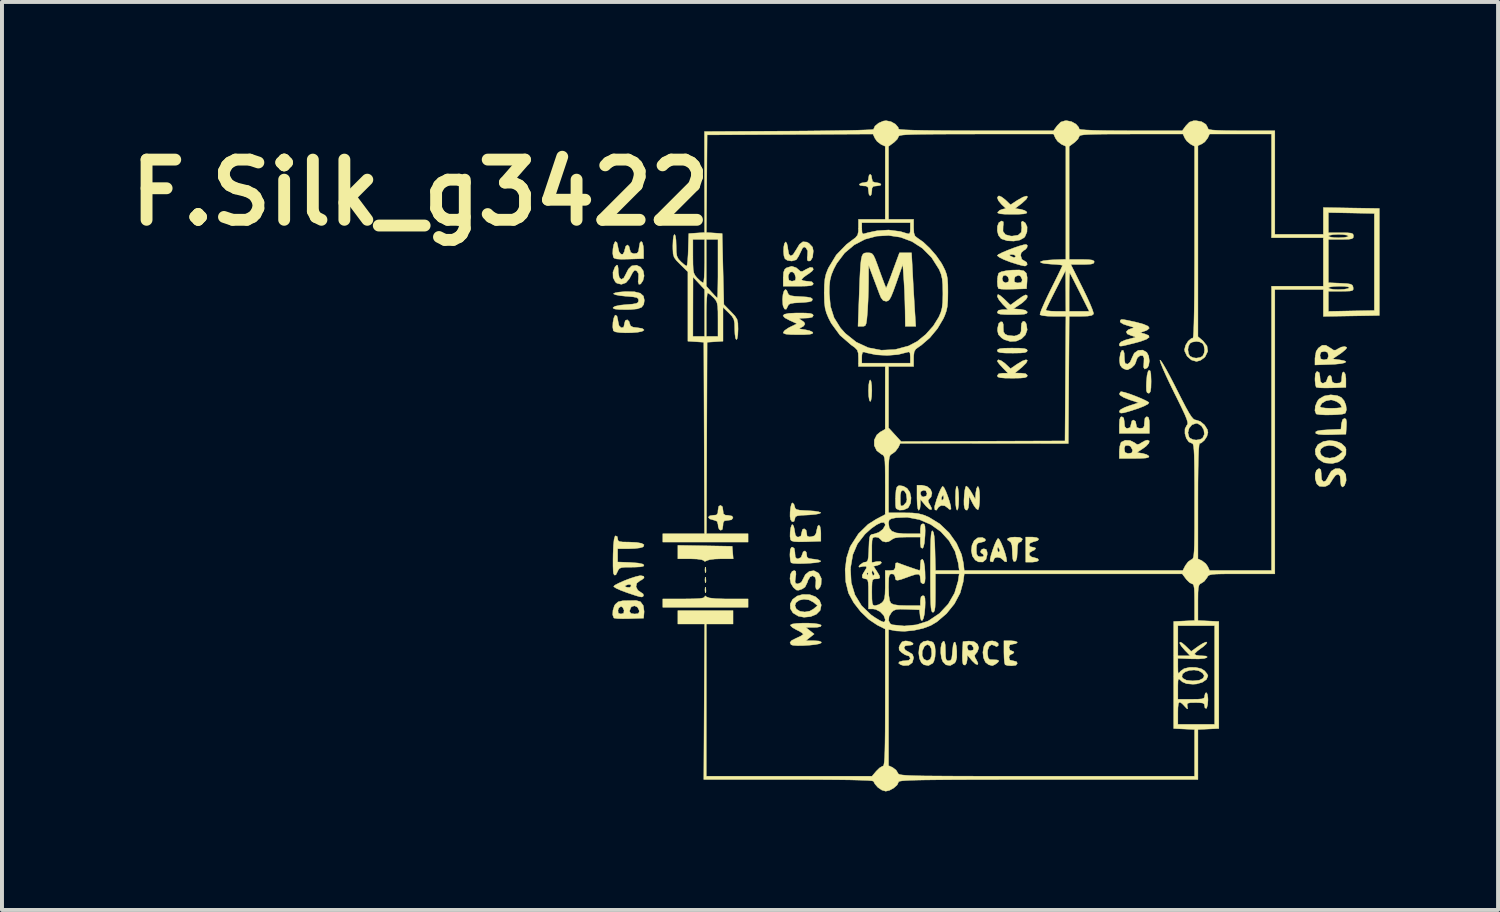
<source format=kicad_pcb>
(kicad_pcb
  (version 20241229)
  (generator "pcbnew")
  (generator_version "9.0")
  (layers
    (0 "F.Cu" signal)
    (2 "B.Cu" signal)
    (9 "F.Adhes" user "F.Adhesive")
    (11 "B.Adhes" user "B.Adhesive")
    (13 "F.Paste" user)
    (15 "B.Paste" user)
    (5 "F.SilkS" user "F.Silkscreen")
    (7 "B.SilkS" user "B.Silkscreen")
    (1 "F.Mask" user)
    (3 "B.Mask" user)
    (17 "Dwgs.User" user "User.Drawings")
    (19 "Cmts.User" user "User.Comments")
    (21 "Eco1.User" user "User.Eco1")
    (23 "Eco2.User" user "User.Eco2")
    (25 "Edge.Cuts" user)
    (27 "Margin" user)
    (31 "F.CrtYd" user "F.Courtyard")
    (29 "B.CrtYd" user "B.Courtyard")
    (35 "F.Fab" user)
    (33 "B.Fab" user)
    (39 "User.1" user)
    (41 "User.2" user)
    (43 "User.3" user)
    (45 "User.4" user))
  (footprint "F.Silk_g3422"
    (layer "F.Cu")
    (at 7.591 1.825)
    (property "Reference" "F.Silk_g3422" (at 0 0 0) (layer "F.SilkS") (effects (font (size 1.524 1.524) (thickness 0.3))))
    (attr through_hole)
    (fp_poly (pts (xy 7.224 9.487) (xy 7.226 9.494) (xy 7.232 9.586) (xy 7.224 9.621) (xy 7.211 9.622) (xy 7.205 9.556) (xy 7.205 9.546) (xy 7.211 9.481) (xy 7.224 9.487)) (stroke (width 0.01) (type solid)) (fill yes) (layer "F.SilkS"))
    (fp_poly (pts (xy 7.224 9.741) (xy 7.226 9.748) (xy 7.232 9.84) (xy 7.224 9.875) (xy 7.211 9.876) (xy 7.205 9.81) (xy 7.205 9.8) (xy 7.211 9.735) (xy 7.224 9.741)) (stroke (width 0.01) (type solid)) (fill yes) (layer "F.SilkS"))
    (fp_poly (pts (xy 7.224 9.995) (xy 7.226 10.002) (xy 7.232 10.094) (xy 7.224 10.129) (xy 7.211 10.13) (xy 7.205 10.064) (xy 7.205 10.054) (xy 7.211 9.989) (xy 7.224 9.995)) (stroke (width 0.01) (type solid)) (fill yes) (layer "F.SilkS"))
    (fp_poly (pts (xy 11.41 4.78) (xy 11.425 4.883) (xy 11.43 5.016) (xy 11.424 5.16) (xy 11.408 5.259) (xy 11.388 5.292) (xy 11.366 5.253) (xy 11.35 5.15) (xy 11.345 5.016) (xy 11.351 4.873) (xy 11.367 4.774) (xy 11.388 4.741) (xy 11.41 4.78)) (stroke (width 0.01) (type solid)) (fill yes) (layer "F.SilkS"))
    (fp_poly (pts (xy 13.61 7.482) (xy 13.625 7.595) (xy 13.631 7.744) (xy 13.631 7.749) (xy 13.626 7.901) (xy 13.611 8.005) (xy 13.589 8.043) (xy 13.568 8.004) (xy 13.553 7.897) (xy 13.547 7.74) (xy 13.547 7.723) (xy 13.552 7.552) (xy 13.566 7.452) (xy 13.589 7.429) (xy 13.61 7.482)) (stroke (width 0.01) (type solid)) (fill yes) (layer "F.SilkS"))
    (fp_poly (pts (xy 18.476 4.513) (xy 18.493 4.588) (xy 18.499 4.735) (xy 18.5 4.78) (xy 18.496 4.941) (xy 18.483 5.034) (xy 18.458 5.074) (xy 18.434 5.08) (xy 18.399 5.065) (xy 18.381 5.011) (xy 18.378 4.899) (xy 18.381 4.798) (xy 18.397 4.626) (xy 18.424 4.524) (xy 18.447 4.498) (xy 18.476 4.513)) (stroke (width 0.01) (type solid)) (fill yes) (layer "F.SilkS"))
    (fp_poly (pts (xy 7.247 10.236) (xy 7.32 10.262) (xy 7.477 10.279) (xy 7.716 10.287) (xy 7.798 10.287) (xy 8.297 10.287) (xy 8.297 10.499) (xy 6.138 10.499) (xy 6.138 10.287) (xy 6.668 10.287) (xy 6.907 10.284) (xy 7.069 10.276) (xy 7.163 10.261) (xy 7.196 10.239) (xy 7.197 10.236) (xy 7.209 10.207) (xy 7.247 10.236)) (stroke (width 0.01) (type solid)) (fill yes) (layer "F.SilkS"))
    (fp_poly (pts (xy 7.207 8.942) (xy 7.895 8.954) (xy 7.908 9.112) (xy 7.921 9.271) (xy 7.61 9.271) (xy 7.452 9.277) (xy 7.325 9.293) (xy 7.255 9.315) (xy 7.252 9.317) (xy 7.201 9.34) (xy 7.178 9.317) (xy 7.123 9.294) (xy 7.003 9.277) (xy 6.84 9.271) (xy 6.834 9.271) (xy 6.519 9.271) (xy 6.519 8.93) (xy 7.207 8.942)) (stroke (width 0.01) (type solid)) (fill yes) (layer "F.SilkS"))
    (fp_poly (pts (xy 23.433 5.735) (xy 23.447 5.806) (xy 23.444 5.916) (xy 23.431 6.117) (xy 23.065 6.129) (xy 22.875 6.131) (xy 22.74 6.121) (xy 22.673 6.101) (xy 22.67 6.097) (xy 22.665 6.059) (xy 22.711 6.033) (xy 22.819 6.015) (xy 22.999 6.003) (xy 23.029 6.002) (xy 23.305 5.99) (xy 23.318 5.853) (xy 23.346 5.748) (xy 23.394 5.715) (xy 23.433 5.735)) (stroke (width 0.01) (type solid)) (fill yes) (layer "F.SilkS"))
    (fp_poly (pts (xy 15.172 3.939) (xy 15.288 3.949) (xy 15.348 3.967) (xy 15.367 3.996) (xy 15.367 4) (xy 15.352 4.031) (xy 15.298 4.051) (xy 15.19 4.061) (xy 15.014 4.064) (xy 14.986 4.064) (xy 14.8 4.062) (xy 14.684 4.052) (xy 14.624 4.034) (xy 14.605 4.005) (xy 14.605 4) (xy 14.62 3.97) (xy 14.674 3.95) (xy 14.782 3.94) (xy 14.958 3.937) (xy 14.986 3.937) (xy 15.172 3.939)) (stroke (width 0.01) (type solid)) (fill yes) (layer "F.SilkS"))
    (fp_poly (pts (xy 15.175 8.729) (xy 15.232 8.757) (xy 15.24 8.784) (xy 15.206 8.84) (xy 15.177 8.848) (xy 15.138 8.869) (xy 15.118 8.943) (xy 15.113 9.078) (xy 15.103 9.238) (xy 15.075 9.328) (xy 15.032 9.341) (xy 15.013 9.326) (xy 14.998 9.272) (xy 14.988 9.162) (xy 14.986 9.078) (xy 14.977 8.929) (xy 14.947 8.85) (xy 14.922 8.832) (xy 14.861 8.792) (xy 14.873 8.754) (xy 14.952 8.728) (xy 15.05 8.721) (xy 15.175 8.729)) (stroke (width 0.01) (type solid)) (fill yes) (layer "F.SilkS"))
    (fp_poly (pts (xy 15.611 8.736) (xy 15.656 8.772) (xy 15.626 8.812) (xy 15.522 8.84) (xy 15.441 8.871) (xy 15.41 8.921) (xy 15.437 8.963) (xy 15.494 8.975) (xy 15.563 8.99) (xy 15.579 9.012) (xy 15.543 9.052) (xy 15.494 9.072) (xy 15.421 9.117) (xy 15.417 9.177) (xy 15.476 9.226) (xy 15.522 9.236) (xy 15.627 9.265) (xy 15.655 9.305) (xy 15.61 9.34) (xy 15.498 9.356) (xy 15.325 9.356) (xy 15.325 8.721) (xy 15.498 8.721) (xy 15.611 8.736)) (stroke (width 0.01) (type solid)) (fill yes) (layer "F.SilkS"))
    (fp_poly (pts (xy 9.274 2.471) (xy 9.301 2.538) (xy 9.324 2.583) (xy 9.377 2.61) (xy 9.479 2.625) (xy 9.625 2.633) (xy 9.789 2.644) (xy 9.884 2.662) (xy 9.924 2.692) (xy 9.927 2.709) (xy 9.908 2.745) (xy 9.84 2.767) (xy 9.708 2.781) (xy 9.625 2.785) (xy 9.464 2.795) (xy 9.368 2.811) (xy 9.32 2.84) (xy 9.301 2.88) (xy 9.263 2.953) (xy 9.22 2.949) (xy 9.184 2.873) (xy 9.177 2.836) (xy 9.169 2.701) (xy 9.18 2.583) (xy 9.205 2.496) (xy 9.238 2.454) (xy 9.274 2.471)) (stroke (width 0.01) (type solid)) (fill yes) (layer "F.SilkS"))
    (fp_poly (pts (xy 17.831 5.058) (xy 17.957 5.098) (xy 18.103 5.152) (xy 18.247 5.211) (xy 18.365 5.266) (xy 18.436 5.308) (xy 18.446 5.319) (xy 18.416 5.356) (xy 18.318 5.407) (xy 18.168 5.466) (xy 18.131 5.478) (xy 17.938 5.54) (xy 17.811 5.575) (xy 17.737 5.583) (xy 17.703 5.566) (xy 17.695 5.532) (xy 17.732 5.491) (xy 17.829 5.44) (xy 17.939 5.399) (xy 18.182 5.321) (xy 17.939 5.24) (xy 17.8 5.183) (xy 17.715 5.129) (xy 17.695 5.098) (xy 17.725 5.045) (xy 17.748 5.04) (xy 17.831 5.058)) (stroke (width 0.01) (type solid)) (fill yes) (layer "F.SilkS"))
    (fp_poly (pts (xy 15.306 3.268) (xy 15.341 3.327) (xy 15.363 3.476) (xy 15.316 3.605) (xy 15.219 3.702) (xy 15.086 3.761) (xy 14.935 3.77) (xy 14.781 3.722) (xy 14.714 3.678) (xy 14.635 3.595) (xy 14.611 3.496) (xy 14.613 3.435) (xy 14.642 3.313) (xy 14.695 3.269) (xy 14.74 3.278) (xy 14.758 3.342) (xy 14.758 3.414) (xy 14.764 3.525) (xy 14.803 3.583) (xy 14.87 3.615) (xy 15.036 3.632) (xy 15.102 3.615) (xy 15.18 3.575) (xy 15.209 3.51) (xy 15.21 3.416) (xy 15.22 3.309) (xy 15.258 3.257) (xy 15.306 3.268)) (stroke (width 0.01) (type solid)) (fill yes) (layer "F.SilkS"))
    (fp_poly (pts (xy 9.458 7.889) (xy 9.475 7.946) (xy 9.489 7.994) (xy 9.525 8.023) (xy 9.603 8.04) (xy 9.741 8.049) (xy 9.813 8.052) (xy 9.969 8.063) (xy 10.083 8.081) (xy 10.137 8.102) (xy 10.139 8.107) (xy 10.1 8.128) (xy 9.996 8.147) (xy 9.847 8.16) (xy 9.811 8.162) (xy 9.645 8.17) (xy 9.546 8.183) (xy 9.498 8.206) (xy 9.483 8.243) (xy 9.483 8.257) (xy 9.459 8.327) (xy 9.41 8.332) (xy 9.373 8.281) (xy 9.359 8.198) (xy 9.361 8.083) (xy 9.374 7.968) (xy 9.396 7.881) (xy 9.419 7.853) (xy 9.458 7.889)) (stroke (width 0.01) (type solid)) (fill yes) (layer "F.SilkS"))
    (fp_poly (pts (xy 13.271 11.372) (xy 13.288 11.452) (xy 13.293 11.596) (xy 13.296 11.739) (xy 13.309 11.817) (xy 13.339 11.849) (xy 13.375 11.853) (xy 13.423 11.842) (xy 13.451 11.794) (xy 13.465 11.691) (xy 13.47 11.61) (xy 13.488 11.454) (xy 13.514 11.38) (xy 13.543 11.388) (xy 13.568 11.479) (xy 13.58 11.605) (xy 13.58 11.767) (xy 13.555 11.869) (xy 13.524 11.912) (xy 13.415 11.974) (xy 13.307 11.956) (xy 13.228 11.878) (xy 13.191 11.781) (xy 13.174 11.651) (xy 13.177 11.518) (xy 13.199 11.41) (xy 13.239 11.356) (xy 13.24 11.356) (xy 13.271 11.372)) (stroke (width 0.01) (type solid)) (fill yes) (layer "F.SilkS"))
    (fp_poly (pts (xy 7.649 7.954) (xy 7.662 8.043) (xy 7.673 8.133) (xy 7.722 8.166) (xy 7.789 8.17) (xy 7.89 8.189) (xy 7.916 8.234) (xy 7.878 8.284) (xy 7.789 8.297) (xy 7.699 8.308) (xy 7.666 8.357) (xy 7.662 8.424) (xy 7.647 8.525) (xy 7.605 8.55) (xy 7.564 8.523) (xy 7.541 8.462) (xy 7.535 8.399) (xy 7.512 8.322) (xy 7.43 8.291) (xy 7.422 8.29) (xy 7.324 8.261) (xy 7.291 8.218) (xy 7.326 8.182) (xy 7.405 8.17) (xy 7.496 8.161) (xy 7.531 8.114) (xy 7.535 8.043) (xy 7.554 7.943) (xy 7.599 7.916) (xy 7.649 7.954)) (stroke (width 0.01) (type solid)) (fill yes) (layer "F.SilkS"))
    (fp_poly (pts (xy 13.864 7.463) (xy 13.926 7.548) (xy 13.955 7.596) (xy 14.049 7.763) (xy 14.062 7.596) (xy 14.08 7.494) (xy 14.108 7.442) (xy 14.118 7.44) (xy 14.141 7.485) (xy 14.155 7.586) (xy 14.16 7.718) (xy 14.156 7.853) (xy 14.143 7.965) (xy 14.122 8.026) (xy 14.116 8.03) (xy 14.073 8.004) (xy 14.014 7.923) (xy 13.981 7.864) (xy 13.891 7.684) (xy 13.888 7.863) (xy 13.874 7.98) (xy 13.842 8.04) (xy 13.802 8.033) (xy 13.776 7.986) (xy 13.763 7.907) (xy 13.762 7.787) (xy 13.77 7.653) (xy 13.784 7.532) (xy 13.804 7.45) (xy 13.82 7.429) (xy 13.864 7.463)) (stroke (width 0.01) (type solid)) (fill yes) (layer "F.SilkS"))
    (fp_poly (pts (xy 14.569 11.369) (xy 14.628 11.41) (xy 14.63 11.467) (xy 14.628 11.47) (xy 14.586 11.497) (xy 14.538 11.469) (xy 14.461 11.443) (xy 14.398 11.487) (xy 14.362 11.585) (xy 14.359 11.68) (xy 14.375 11.781) (xy 14.414 11.822) (xy 14.502 11.826) (xy 14.51 11.826) (xy 14.603 11.831) (xy 14.647 11.853) (xy 14.647 11.856) (xy 14.615 11.898) (xy 14.547 11.947) (xy 14.484 11.976) (xy 14.47 11.975) (xy 14.423 11.962) (xy 14.387 11.952) (xy 14.306 11.891) (xy 14.256 11.777) (xy 14.241 11.637) (xy 14.264 11.497) (xy 14.317 11.398) (xy 14.387 11.357) (xy 14.48 11.349) (xy 14.569 11.369)) (stroke (width 0.01) (type solid)) (fill yes) (layer "F.SilkS"))
    (fp_poly (pts (xy 14.759 0.74) (xy 14.759 0.815) (xy 14.753 0.848) (xy 14.75 0.982) (xy 14.814 1.065) (xy 14.947 1.1) (xy 14.986 1.101) (xy 15.134 1.077) (xy 15.213 1.005) (xy 15.225 0.883) (xy 15.219 0.848) (xy 15.212 0.75) (xy 15.245 0.722) (xy 15.315 0.769) (xy 15.316 0.77) (xy 15.361 0.868) (xy 15.357 0.995) (xy 15.307 1.113) (xy 15.282 1.143) (xy 15.174 1.202) (xy 15.022 1.228) (xy 14.86 1.22) (xy 14.723 1.176) (xy 14.699 1.162) (xy 14.635 1.081) (xy 14.606 0.969) (xy 14.609 0.854) (xy 14.644 0.762) (xy 14.71 0.72) (xy 14.719 0.72) (xy 14.759 0.74)) (stroke (width 0.01) (type solid)) (fill yes) (layer "F.SilkS"))
    (fp_poly (pts (xy 15.05 11.355) (xy 15.109 11.378) (xy 15.113 11.388) (xy 15.077 11.419) (xy 15.007 11.43) (xy 14.924 11.45) (xy 14.901 11.515) (xy 14.928 11.584) (xy 14.965 11.599) (xy 15.021 11.622) (xy 15.028 11.642) (xy 14.994 11.679) (xy 14.965 11.684) (xy 14.913 11.719) (xy 14.901 11.769) (xy 14.926 11.835) (xy 15.007 11.853) (xy 15.092 11.875) (xy 15.113 11.917) (xy 15.079 11.965) (xy 14.973 11.98) (xy 14.972 11.98) (xy 14.867 11.973) (xy 14.804 11.954) (xy 14.803 11.952) (xy 14.788 11.898) (xy 14.778 11.785) (xy 14.774 11.635) (xy 14.774 11.345) (xy 14.944 11.345) (xy 15.05 11.355)) (stroke (width 0.01) (type solid)) (fill yes) (layer "F.SilkS"))
    (fp_poly (pts (xy 18.434 5.695) (xy 18.453 5.774) (xy 18.457 5.884) (xy 18.457 6.096) (xy 17.695 6.096) (xy 17.695 5.884) (xy 17.702 5.751) (xy 17.726 5.686) (xy 17.759 5.673) (xy 17.806 5.705) (xy 17.822 5.807) (xy 17.822 5.821) (xy 17.832 5.923) (xy 17.869 5.964) (xy 17.907 5.969) (xy 17.973 5.944) (xy 17.992 5.863) (xy 18.014 5.778) (xy 18.055 5.757) (xy 18.106 5.794) (xy 18.119 5.863) (xy 18.136 5.944) (xy 18.205 5.969) (xy 18.224 5.969) (xy 18.296 5.958) (xy 18.325 5.908) (xy 18.33 5.821) (xy 18.344 5.711) (xy 18.388 5.673) (xy 18.394 5.673) (xy 18.434 5.695)) (stroke (width 0.01) (type solid)) (fill yes) (layer "F.SilkS"))
    (fp_poly (pts (xy 9.856 10.177) (xy 10.003 10.231) (xy 10.105 10.322) (xy 10.15 10.44) (xy 10.124 10.571) (xy 10.119 10.581) (xy 10.025 10.676) (xy 9.88 10.735) (xy 9.712 10.751) (xy 9.567 10.723) (xy 9.433 10.641) (xy 9.367 10.531) (xy 9.366 10.457) (xy 9.483 10.457) (xy 9.519 10.544) (xy 9.61 10.599) (xy 9.732 10.618) (xy 9.86 10.595) (xy 9.954 10.541) (xy 10.054 10.456) (xy 9.954 10.372) (xy 9.839 10.311) (xy 9.71 10.295) (xy 9.591 10.32) (xy 9.508 10.381) (xy 9.483 10.457) (xy 9.366 10.457) (xy 9.365 10.411) (xy 9.424 10.299) (xy 9.54 10.213) (xy 9.677 10.174) (xy 9.856 10.177)) (stroke (width 0.01) (type solid)) (fill yes) (layer "F.SilkS"))
    (fp_poly (pts (xy 4.978 3.127) (xy 5.001 3.227) (xy 5.003 3.246) (xy 5.029 3.368) (xy 5.082 3.419) (xy 5.091 3.421) (xy 5.147 3.409) (xy 5.165 3.333) (xy 5.165 3.326) (xy 5.188 3.241) (xy 5.238 3.219) (xy 5.285 3.263) (xy 5.299 3.313) (xy 5.322 3.375) (xy 5.384 3.407) (xy 5.495 3.421) (xy 5.617 3.44) (xy 5.662 3.475) (xy 5.661 3.484) (xy 5.612 3.514) (xy 5.502 3.536) (xy 5.356 3.548) (xy 5.198 3.551) (xy 5.05 3.544) (xy 4.939 3.527) (xy 4.886 3.499) (xy 4.886 3.499) (xy 4.871 3.406) (xy 4.876 3.288) (xy 4.897 3.178) (xy 4.928 3.109) (xy 4.94 3.102) (xy 4.978 3.127)) (stroke (width 0.01) (type solid)) (fill yes) (layer "F.SilkS"))
    (fp_poly (pts (xy 11.419 -0.429) (xy 11.43 -0.36) (xy 11.448 -0.279) (xy 11.516 -0.254) (xy 11.533 -0.254) (xy 11.623 -0.238) (xy 11.663 -0.212) (xy 11.646 -0.182) (xy 11.564 -0.169) (xy 11.559 -0.169) (xy 11.468 -0.159) (xy 11.434 -0.112) (xy 11.43 -0.042) (xy 11.418 0.047) (xy 11.388 0.085) (xy 11.388 0.085) (xy 11.358 0.048) (xy 11.345 -0.041) (xy 11.345 -0.042) (xy 11.335 -0.132) (xy 11.287 -0.165) (xy 11.216 -0.169) (xy 11.131 -0.181) (xy 11.112 -0.21) (xy 11.113 -0.212) (xy 11.171 -0.244) (xy 11.242 -0.254) (xy 11.321 -0.272) (xy 11.345 -0.342) (xy 11.345 -0.36) (xy 11.36 -0.439) (xy 11.388 -0.466) (xy 11.419 -0.429)) (stroke (width 0.01) (type solid)) (fill yes) (layer "F.SilkS"))
    (fp_poly (pts (xy 12.952 11.37) (xy 12.988 11.396) (xy 13.025 11.48) (xy 13.038 11.61) (xy 13.03 11.751) (xy 13 11.868) (xy 12.972 11.914) (xy 12.863 11.975) (xy 12.749 11.954) (xy 12.685 11.903) (xy 12.636 11.798) (xy 12.625 11.719) (xy 12.703 11.719) (xy 12.742 11.807) (xy 12.817 11.846) (xy 12.843 11.845) (xy 12.908 11.815) (xy 12.939 11.733) (xy 12.946 11.68) (xy 12.937 11.553) (xy 12.895 11.469) (xy 12.834 11.441) (xy 12.766 11.483) (xy 12.759 11.493) (xy 12.707 11.606) (xy 12.703 11.719) (xy 12.625 11.719) (xy 12.617 11.653) (xy 12.631 11.506) (xy 12.659 11.427) (xy 12.734 11.366) (xy 12.845 11.345) (xy 12.952 11.37)) (stroke (width 0.01) (type solid)) (fill yes) (layer "F.SilkS"))
    (fp_poly (pts (xy 14.717 0.112) (xy 14.804 0.179) (xy 14.824 0.197) (xy 14.941 0.309) (xy 15.111 0.197) (xy 15.253 0.116) (xy 15.343 0.087) (xy 15.374 0.106) (xy 15.34 0.168) (xy 15.235 0.265) (xy 15.211 0.284) (xy 15.055 0.402) (xy 15.197 0.423) (xy 15.298 0.452) (xy 15.355 0.493) (xy 15.357 0.497) (xy 15.343 0.524) (xy 15.274 0.54) (xy 15.14 0.549) (xy 14.986 0.55) (xy 14.793 0.547) (xy 14.674 0.537) (xy 14.62 0.517) (xy 14.615 0.499) (xy 14.666 0.449) (xy 14.728 0.424) (xy 14.823 0.402) (xy 14.714 0.299) (xy 14.635 0.205) (xy 14.606 0.129) (xy 14.633 0.088) (xy 14.656 0.085) (xy 14.717 0.112)) (stroke (width 0.01) (type solid)) (fill yes) (layer "F.SilkS"))
    (fp_poly (pts (xy 23.176 6.294) (xy 23.316 6.35) (xy 23.412 6.441) (xy 23.434 6.495) (xy 23.431 6.629) (xy 23.361 6.741) (xy 23.24 6.82) (xy 23.087 6.859) (xy 22.917 6.845) (xy 22.86 6.828) (xy 22.733 6.747) (xy 22.662 6.632) (xy 22.658 6.562) (xy 22.775 6.562) (xy 22.811 6.65) (xy 22.902 6.705) (xy 23.024 6.723) (xy 23.153 6.7) (xy 23.247 6.646) (xy 23.347 6.562) (xy 23.247 6.477) (xy 23.131 6.416) (xy 23.002 6.4) (xy 22.884 6.425) (xy 22.8 6.487) (xy 22.775 6.562) (xy 22.658 6.562) (xy 22.654 6.505) (xy 22.715 6.389) (xy 22.73 6.374) (xy 22.859 6.302) (xy 23.016 6.276) (xy 23.176 6.294)) (stroke (width 0.01) (type solid)) (fill yes) (layer "F.SilkS"))
    (fp_poly (pts (xy 9.466 9.007) (xy 9.483 9.109) (xy 9.483 9.123) (xy 9.492 9.225) (xy 9.53 9.267) (xy 9.564 9.271) (xy 9.638 9.235) (xy 9.66 9.179) (xy 9.691 9.094) (xy 9.737 9.07) (xy 9.773 9.109) (xy 9.779 9.159) (xy 9.789 9.228) (xy 9.833 9.262) (xy 9.935 9.277) (xy 9.959 9.279) (xy 10.069 9.296) (xy 10.132 9.323) (xy 10.139 9.335) (xy 10.1 9.354) (xy 10 9.371) (xy 9.862 9.383) (xy 9.708 9.391) (xy 9.563 9.393) (xy 9.448 9.387) (xy 9.387 9.373) (xy 9.385 9.371) (xy 9.367 9.314) (xy 9.357 9.205) (xy 9.356 9.158) (xy 9.365 9.035) (xy 9.395 8.981) (xy 9.419 8.975) (xy 9.466 9.007)) (stroke (width 0.01) (type solid)) (fill yes) (layer "F.SilkS"))
    (fp_poly (pts (xy 12.227 7.433) (xy 12.322 7.487) (xy 12.393 7.589) (xy 12.423 7.725) (xy 12.411 7.863) (xy 12.357 7.97) (xy 12.337 7.987) (xy 12.235 8.033) (xy 12.129 8.039) (xy 12.054 8.006) (xy 12.04 7.986) (xy 12.03 7.914) (xy 12.028 7.789) (xy 12.029 7.748) (xy 12.15 7.748) (xy 12.152 7.873) (xy 12.166 7.929) (xy 12.198 7.933) (xy 12.234 7.916) (xy 12.303 7.839) (xy 12.319 7.77) (xy 12.301 7.628) (xy 12.25 7.548) (xy 12.209 7.535) (xy 12.171 7.563) (xy 12.152 7.656) (xy 12.15 7.748) (xy 12.029 7.748) (xy 12.031 7.679) (xy 12.042 7.537) (xy 12.063 7.459) (xy 12.1 7.425) (xy 12.132 7.417) (xy 12.227 7.433)) (stroke (width 0.01) (type solid)) (fill yes) (layer "F.SilkS"))
    (fp_poly (pts (xy 12.327 11.353) (xy 12.426 11.377) (xy 12.476 11.414) (xy 12.467 11.448) (xy 12.393 11.46) (xy 12.376 11.46) (xy 12.277 11.474) (xy 12.244 11.522) (xy 12.28 11.583) (xy 12.36 11.628) (xy 12.458 11.687) (xy 12.488 11.773) (xy 12.488 11.778) (xy 12.455 11.899) (xy 12.365 11.967) (xy 12.236 11.975) (xy 12.16 11.952) (xy 12.107 11.913) (xy 12.128 11.877) (xy 12.211 11.855) (xy 12.255 11.853) (xy 12.365 11.84) (xy 12.403 11.796) (xy 12.404 11.79) (xy 12.372 11.734) (xy 12.345 11.726) (xy 12.271 11.701) (xy 12.188 11.647) (xy 12.122 11.58) (xy 12.117 11.513) (xy 12.141 11.453) (xy 12.195 11.373) (xy 12.275 11.35) (xy 12.327 11.353)) (stroke (width 0.01) (type solid)) (fill yes) (layer "F.SilkS"))
    (fp_poly (pts (xy 13.258 7.469) (xy 13.303 7.56) (xy 13.351 7.684) (xy 13.395 7.817) (xy 13.426 7.932) (xy 13.434 8.007) (xy 13.431 8.018) (xy 13.391 8.021) (xy 13.356 7.986) (xy 13.278 7.929) (xy 13.186 7.921) (xy 13.117 7.962) (xy 13.108 7.98) (xy 13.065 8.041) (xy 13.027 8.032) (xy 13.017 7.963) (xy 13.022 7.933) (xy 13.067 7.78) (xy 13.192 7.78) (xy 13.209 7.789) (xy 13.246 7.755) (xy 13.25 7.726) (xy 13.241 7.669) (xy 13.234 7.662) (xy 13.206 7.695) (xy 13.193 7.726) (xy 13.192 7.78) (xy 13.067 7.78) (xy 13.068 7.777) (xy 13.121 7.628) (xy 13.172 7.51) (xy 13.214 7.443) (xy 13.226 7.436) (xy 13.258 7.469)) (stroke (width 0.01) (type solid)) (fill yes) (layer "F.SilkS"))
    (fp_poly (pts (xy 14.298 8.769) (xy 14.309 8.805) (xy 14.272 8.836) (xy 14.192 8.855) (xy 14.117 8.873) (xy 14.084 8.92) (xy 14.076 9.023) (xy 14.076 9.038) (xy 14.083 9.15) (xy 14.115 9.203) (xy 14.171 9.221) (xy 14.245 9.215) (xy 14.266 9.189) (xy 14.236 9.146) (xy 14.224 9.144) (xy 14.186 9.11) (xy 14.182 9.081) (xy 14.217 9.029) (xy 14.266 9.017) (xy 14.325 9.034) (xy 14.349 9.101) (xy 14.351 9.161) (xy 14.32 9.286) (xy 14.24 9.352) (xy 14.131 9.35) (xy 14.047 9.303) (xy 13.975 9.201) (xy 13.949 9.067) (xy 13.965 8.928) (xy 14.019 8.81) (xy 14.108 8.741) (xy 14.12 8.738) (xy 14.23 8.732) (xy 14.298 8.769)) (stroke (width 0.01) (type solid)) (fill yes) (layer "F.SilkS"))
    (fp_poly (pts (xy 5.42 2.511) (xy 5.567 2.547) (xy 5.648 2.619) (xy 5.671 2.726) (xy 5.655 2.833) (xy 5.601 2.904) (xy 5.496 2.944) (xy 5.328 2.961) (xy 5.209 2.963) (xy 5.029 2.96) (xy 4.923 2.948) (xy 4.88 2.927) (xy 4.879 2.91) (xy 4.931 2.878) (xy 5.058 2.851) (xy 5.21 2.836) (xy 5.372 2.823) (xy 5.467 2.806) (xy 5.512 2.78) (xy 5.524 2.739) (xy 5.524 2.731) (xy 5.516 2.686) (xy 5.477 2.658) (xy 5.392 2.641) (xy 5.243 2.627) (xy 5.207 2.625) (xy 5.055 2.609) (xy 4.943 2.588) (xy 4.891 2.565) (xy 4.889 2.561) (xy 4.928 2.539) (xy 5.031 2.52) (xy 5.177 2.507) (xy 5.202 2.506) (xy 5.42 2.511)) (stroke (width 0.01) (type solid)) (fill yes) (layer "F.SilkS"))
    (fp_poly (pts (xy 5.622 1.267) (xy 5.645 1.361) (xy 5.652 1.464) (xy 5.652 1.672) (xy 5.28 1.684) (xy 5.092 1.688) (xy 4.973 1.681) (xy 4.909 1.662) (xy 4.886 1.636) (xy 4.871 1.543) (xy 4.876 1.425) (xy 4.897 1.315) (xy 4.928 1.247) (xy 4.94 1.239) (xy 4.978 1.265) (xy 5.001 1.364) (xy 5.003 1.383) (xy 5.03 1.498) (xy 5.077 1.559) (xy 5.128 1.56) (xy 5.166 1.493) (xy 5.172 1.456) (xy 5.201 1.357) (xy 5.245 1.325) (xy 5.284 1.364) (xy 5.299 1.426) (xy 5.325 1.515) (xy 5.392 1.544) (xy 5.419 1.545) (xy 5.489 1.534) (xy 5.524 1.483) (xy 5.538 1.384) (xy 5.559 1.271) (xy 5.59 1.235) (xy 5.622 1.267)) (stroke (width 0.01) (type solid)) (fill yes) (layer "F.SilkS"))
    (fp_poly (pts (xy 9.449 8.441) (xy 9.472 8.533) (xy 9.475 8.562) (xy 9.494 8.671) (xy 9.535 8.716) (xy 9.57 8.721) (xy 9.635 8.694) (xy 9.652 8.615) (xy 9.674 8.53) (xy 9.716 8.509) (xy 9.766 8.546) (xy 9.779 8.618) (xy 9.791 8.695) (xy 9.845 8.716) (xy 9.895 8.713) (xy 9.978 8.689) (xy 10.019 8.625) (xy 10.033 8.551) (xy 10.06 8.445) (xy 10.091 8.417) (xy 10.12 8.459) (xy 10.137 8.568) (xy 10.139 8.625) (xy 10.139 8.826) (xy 9.768 8.839) (xy 9.58 8.842) (xy 9.461 8.835) (xy 9.396 8.816) (xy 9.373 8.79) (xy 9.359 8.705) (xy 9.362 8.593) (xy 9.377 8.486) (xy 9.402 8.415) (xy 9.419 8.403) (xy 9.449 8.441)) (stroke (width 0.01) (type solid)) (fill yes) (layer "F.SilkS"))
    (fp_poly (pts (xy 14.659 8.784) (xy 14.705 8.872) (xy 14.756 8.995) (xy 14.802 9.127) (xy 14.834 9.246) (xy 14.845 9.327) (xy 14.84 9.347) (xy 14.795 9.342) (xy 14.756 9.303) (xy 14.685 9.247) (xy 14.601 9.23) (xy 14.537 9.252) (xy 14.52 9.292) (xy 14.494 9.351) (xy 14.436 9.34) (xy 14.425 9.331) (xy 14.424 9.28) (xy 14.449 9.177) (xy 14.489 9.048) (xy 14.493 9.038) (xy 14.605 9.038) (xy 14.627 9.095) (xy 14.646 9.102) (xy 14.669 9.071) (xy 14.663 9.038) (xy 14.633 8.982) (xy 14.622 8.975) (xy 14.607 9.009) (xy 14.605 9.038) (xy 14.493 9.038) (xy 14.537 8.917) (xy 14.584 8.812) (xy 14.621 8.756) (xy 14.626 8.753) (xy 14.659 8.784)) (stroke (width 0.01) (type solid)) (fill yes) (layer "F.SilkS"))
    (fp_poly (pts (xy 15.368 4.252) (xy 15.336 4.316) (xy 15.232 4.419) (xy 15.208 4.439) (xy 15.05 4.569) (xy 15.208 4.571) (xy 15.322 4.584) (xy 15.366 4.624) (xy 15.367 4.636) (xy 15.352 4.666) (xy 15.298 4.686) (xy 15.19 4.696) (xy 15.014 4.699) (xy 14.986 4.699) (xy 14.8 4.697) (xy 14.684 4.687) (xy 14.624 4.669) (xy 14.605 4.64) (xy 14.605 4.636) (xy 14.64 4.587) (xy 14.74 4.572) (xy 14.876 4.572) (xy 14.74 4.432) (xy 14.659 4.343) (xy 14.611 4.278) (xy 14.605 4.263) (xy 14.632 4.232) (xy 14.702 4.254) (xy 14.797 4.321) (xy 14.824 4.346) (xy 14.941 4.458) (xy 15.103 4.346) (xy 15.245 4.261) (xy 15.336 4.231) (xy 15.368 4.252)) (stroke (width 0.01) (type solid)) (fill yes) (layer "F.SilkS"))
    (fp_poly (pts (xy 12.824 7.437) (xy 12.914 7.509) (xy 12.953 7.604) (xy 12.931 7.702) (xy 12.892 7.746) (xy 12.854 7.793) (xy 12.868 7.851) (xy 12.898 7.9) (xy 12.944 7.992) (xy 12.935 8.03) (xy 12.884 8.013) (xy 12.803 7.939) (xy 12.783 7.916) (xy 12.66 7.768) (xy 12.659 7.906) (xy 12.647 7.999) (xy 12.619 8.043) (xy 12.615 8.043) (xy 12.594 8.004) (xy 12.579 7.897) (xy 12.573 7.741) (xy 12.573 7.726) (xy 12.573 7.62) (xy 12.658 7.62) (xy 12.688 7.691) (xy 12.742 7.705) (xy 12.813 7.675) (xy 12.827 7.62) (xy 12.797 7.549) (xy 12.742 7.535) (xy 12.672 7.565) (xy 12.658 7.62) (xy 12.573 7.62) (xy 12.573 7.408) (xy 12.697 7.408) (xy 12.824 7.437)) (stroke (width 0.01) (type solid)) (fill yes) (layer "F.SilkS"))
    (fp_poly (pts (xy 14.017 11.368) (xy 14.105 11.432) (xy 14.137 11.525) (xy 14.1 11.629) (xy 14.074 11.659) (xy 14.032 11.714) (xy 14.043 11.773) (xy 14.074 11.824) (xy 14.118 11.914) (xy 14.107 11.951) (xy 14.054 11.934) (xy 13.973 11.858) (xy 13.962 11.845) (xy 13.845 11.705) (xy 13.844 11.819) (xy 13.828 11.914) (xy 13.791 11.963) (xy 13.75 11.953) (xy 13.735 11.925) (xy 13.724 11.852) (xy 13.721 11.726) (xy 13.724 11.616) (xy 13.73 11.512) (xy 13.843 11.512) (xy 13.871 11.584) (xy 13.931 11.599) (xy 13.998 11.577) (xy 14.004 11.526) (xy 13.965 11.457) (xy 13.904 11.436) (xy 13.854 11.466) (xy 13.843 11.512) (xy 13.73 11.512) (xy 13.737 11.367) (xy 13.883 11.353) (xy 14.017 11.368)) (stroke (width 0.01) (type solid)) (fill yes) (layer "F.SilkS"))
    (fp_poly (pts (xy 14.681 2.609) (xy 14.761 2.677) (xy 14.801 2.715) (xy 14.938 2.848) (xy 15.119 2.715) (xy 15.247 2.626) (xy 15.324 2.589) (xy 15.36 2.601) (xy 15.367 2.645) (xy 15.334 2.703) (xy 15.25 2.781) (xy 15.189 2.825) (xy 15.012 2.942) (xy 15.189 2.955) (xy 15.317 2.978) (xy 15.366 3.021) (xy 15.367 3.029) (xy 15.35 3.059) (xy 15.291 3.078) (xy 15.175 3.088) (xy 14.988 3.09) (xy 14.986 3.09) (xy 14.8 3.088) (xy 14.684 3.079) (xy 14.624 3.061) (xy 14.605 3.031) (xy 14.605 3.027) (xy 14.64 2.978) (xy 14.74 2.963) (xy 14.876 2.963) (xy 14.74 2.824) (xy 14.65 2.716) (xy 14.606 2.632) (xy 14.615 2.587) (xy 14.635 2.582) (xy 14.681 2.609)) (stroke (width 0.01) (type solid)) (fill yes) (layer "F.SilkS"))
    (fp_poly (pts (xy 4.996 1.843) (xy 5.008 1.916) (xy 5.013 2.031) (xy 5.036 2.151) (xy 5.086 2.197) (xy 5.148 2.166) (xy 5.206 2.058) (xy 5.207 2.053) (xy 5.267 1.937) (xy 5.345 1.86) (xy 5.354 1.855) (xy 5.474 1.838) (xy 5.576 1.886) (xy 5.644 1.983) (xy 5.665 2.109) (xy 5.637 2.226) (xy 5.578 2.314) (xy 5.532 2.324) (xy 5.513 2.258) (xy 5.521 2.186) (xy 5.525 2.059) (xy 5.487 1.993) (xy 5.446 1.967) (xy 5.412 1.977) (xy 5.369 2.034) (xy 5.306 2.153) (xy 5.292 2.18) (xy 5.204 2.283) (xy 5.09 2.323) (xy 4.976 2.295) (xy 4.937 2.264) (xy 4.88 2.153) (xy 4.876 2.015) (xy 4.926 1.887) (xy 4.93 1.881) (xy 4.973 1.835) (xy 4.996 1.843)) (stroke (width 0.01) (type solid)) (fill yes) (layer "F.SilkS"))
    (fp_poly (pts (xy 22.797 7.018) (xy 22.807 7.122) (xy 22.806 7.142) (xy 22.818 7.267) (xy 22.861 7.32) (xy 22.921 7.299) (xy 22.979 7.2) (xy 22.985 7.182) (xy 23.059 7.053) (xy 23.16 6.99) (xy 23.269 6.986) (xy 23.364 7.037) (xy 23.427 7.137) (xy 23.438 7.28) (xy 23.435 7.301) (xy 23.396 7.416) (xy 23.348 7.455) (xy 23.309 7.419) (xy 23.294 7.31) (xy 23.295 7.292) (xy 23.283 7.175) (xy 23.237 7.13) (xy 23.171 7.156) (xy 23.095 7.256) (xy 23.082 7.281) (xy 23.012 7.388) (xy 22.923 7.435) (xy 22.873 7.443) (xy 22.761 7.435) (xy 22.697 7.377) (xy 22.693 7.371) (xy 22.655 7.251) (xy 22.653 7.13) (xy 22.685 7.032) (xy 22.746 6.986) (xy 22.757 6.985) (xy 22.797 7.018)) (stroke (width 0.01) (type solid)) (fill yes) (layer "F.SilkS"))
    (fp_poly (pts (xy 22.759 4.562) (xy 22.775 4.664) (xy 22.775 4.678) (xy 22.785 4.78) (xy 22.823 4.822) (xy 22.857 4.826) (xy 22.931 4.79) (xy 22.952 4.734) (xy 22.984 4.649) (xy 23.03 4.625) (xy 23.065 4.666) (xy 23.072 4.717) (xy 23.085 4.795) (xy 23.141 4.823) (xy 23.199 4.826) (xy 23.283 4.818) (xy 23.319 4.777) (xy 23.326 4.678) (xy 23.326 4.674) (xy 23.338 4.567) (xy 23.374 4.539) (xy 23.379 4.54) (xy 23.414 4.593) (xy 23.431 4.707) (xy 23.431 4.745) (xy 23.431 4.932) (xy 23.07 4.944) (xy 22.902 4.946) (xy 22.768 4.942) (xy 22.689 4.931) (xy 22.678 4.926) (xy 22.66 4.869) (xy 22.649 4.76) (xy 22.648 4.713) (xy 22.657 4.59) (xy 22.687 4.536) (xy 22.712 4.53) (xy 22.759 4.562)) (stroke (width 0.01) (type solid)) (fill yes) (layer "F.SilkS"))
    (fp_poly (pts (xy 23.213 5.14) (xy 23.315 5.187) (xy 23.385 5.269) (xy 23.431 5.382) (xy 23.445 5.495) (xy 23.421 5.578) (xy 23.405 5.592) (xy 23.337 5.61) (xy 23.215 5.622) (xy 23.063 5.628) (xy 22.908 5.629) (xy 22.776 5.622) (xy 22.691 5.609) (xy 22.677 5.602) (xy 22.646 5.519) (xy 22.656 5.422) (xy 22.775 5.422) (xy 22.814 5.442) (xy 22.915 5.456) (xy 23.05 5.461) (xy 23.191 5.457) (xy 23.29 5.447) (xy 23.326 5.433) (xy 23.289 5.357) (xy 23.198 5.29) (xy 23.084 5.252) (xy 23.047 5.249) (xy 22.923 5.273) (xy 22.824 5.333) (xy 22.776 5.41) (xy 22.775 5.422) (xy 22.656 5.422) (xy 22.659 5.401) (xy 22.708 5.283) (xy 22.752 5.226) (xy 22.881 5.15) (xy 23.047 5.12) (xy 23.213 5.14)) (stroke (width 0.01) (type solid)) (fill yes) (layer "F.SilkS"))
    (fp_poly (pts (xy 5.656 9.713) (xy 5.664 9.755) (xy 5.603 9.805) (xy 5.567 9.821) (xy 5.48 9.888) (xy 5.46 9.98) (xy 5.507 10.069) (xy 5.569 10.111) (xy 5.639 10.159) (xy 5.651 10.203) (xy 5.633 10.228) (xy 5.605 10.238) (xy 5.552 10.231) (xy 5.458 10.204) (xy 5.305 10.153) (xy 5.228 10.127) (xy 5.075 10.07) (xy 4.959 10.018) (xy 4.899 9.979) (xy 4.895 9.97) (xy 4.906 9.959) (xy 5.174 9.959) (xy 5.199 9.98) (xy 5.231 9.992) (xy 5.302 9.996) (xy 5.338 9.963) (xy 5.323 9.924) (xy 5.273 9.92) (xy 5.227 9.934) (xy 5.174 9.959) (xy 4.906 9.959) (xy 4.934 9.934) (xy 5.032 9.883) (xy 5.166 9.824) (xy 5.313 9.768) (xy 5.45 9.724) (xy 5.555 9.699) (xy 5.577 9.697) (xy 5.656 9.713)) (stroke (width 0.01) (type solid)) (fill yes) (layer "F.SilkS"))
    (fp_poly (pts (xy 9.503 9.588) (xy 9.509 9.661) (xy 9.499 9.737) (xy 9.486 9.845) (xy 9.501 9.894) (xy 9.551 9.906) (xy 9.559 9.906) (xy 9.643 9.868) (xy 9.675 9.811) (xy 9.747 9.67) (xy 9.849 9.588) (xy 9.964 9.572) (xy 10.074 9.629) (xy 10.09 9.645) (xy 10.152 9.772) (xy 10.145 9.922) (xy 10.116 9.995) (xy 10.063 10.052) (xy 10.02 10.038) (xy 10.003 9.966) (xy 10.009 9.913) (xy 10.014 9.807) (xy 9.995 9.741) (xy 9.934 9.7) (xy 9.868 9.728) (xy 9.814 9.815) (xy 9.8 9.863) (xy 9.739 9.987) (xy 9.666 10.036) (xy 9.575 10.067) (xy 9.522 10.063) (xy 9.464 10.014) (xy 9.44 9.991) (xy 9.381 9.894) (xy 9.357 9.777) (xy 9.368 9.666) (xy 9.412 9.588) (xy 9.467 9.567) (xy 9.503 9.588)) (stroke (width 0.01) (type solid)) (fill yes) (layer "F.SilkS"))
    (fp_poly (pts (xy 9.781 1.253) (xy 9.838 1.284) (xy 9.929 1.381) (xy 9.948 1.479) (xy 9.931 1.636) (xy 9.881 1.721) (xy 9.836 1.736) (xy 9.797 1.714) (xy 9.795 1.637) (xy 9.801 1.595) (xy 9.806 1.473) (xy 9.761 1.4) (xy 9.715 1.375) (xy 9.677 1.403) (xy 9.631 1.497) (xy 9.626 1.508) (xy 9.572 1.618) (xy 9.522 1.693) (xy 9.51 1.703) (xy 9.403 1.734) (xy 9.291 1.716) (xy 9.231 1.675) (xy 9.205 1.605) (xy 9.195 1.496) (xy 9.199 1.381) (xy 9.218 1.289) (xy 9.248 1.249) (xy 9.25 1.249) (xy 9.278 1.287) (xy 9.3 1.381) (xy 9.305 1.429) (xy 9.329 1.558) (xy 9.374 1.605) (xy 9.436 1.571) (xy 9.51 1.454) (xy 9.511 1.453) (xy 9.598 1.31) (xy 9.684 1.245) (xy 9.781 1.253)) (stroke (width 0.01) (type solid)) (fill yes) (layer "F.SilkS"))
    (fp_poly (pts (xy 15.369 1.338) (xy 15.357 1.394) (xy 15.31 1.447) (xy 15.282 1.46) (xy 15.211 1.523) (xy 15.198 1.594) (xy 15.228 1.691) (xy 15.282 1.723) (xy 15.349 1.765) (xy 15.364 1.82) (xy 15.324 1.857) (xy 15.293 1.859) (xy 15.218 1.844) (xy 15.09 1.808) (xy 14.934 1.758) (xy 14.912 1.75) (xy 14.766 1.693) (xy 14.658 1.639) (xy 14.607 1.598) (xy 14.605 1.593) (xy 14.628 1.574) (xy 14.914 1.574) (xy 14.929 1.599) (xy 14.944 1.609) (xy 15.031 1.648) (xy 15.069 1.623) (xy 15.071 1.609) (xy 15.035 1.576) (xy 14.975 1.567) (xy 14.914 1.574) (xy 14.628 1.574) (xy 14.642 1.563) (xy 14.737 1.515) (xy 14.871 1.459) (xy 15.019 1.402) (xy 15.162 1.353) (xy 15.277 1.321) (xy 15.335 1.312) (xy 15.369 1.338)) (stroke (width 0.01) (type solid)) (fill yes) (layer "F.SilkS"))
    (fp_poly (pts (xy 18.391 4.046) (xy 18.439 4.139) (xy 18.455 4.263) (xy 18.438 4.379) (xy 18.401 4.439) (xy 18.337 4.468) (xy 18.309 4.421) (xy 18.317 4.298) (xy 18.32 4.187) (xy 18.291 4.129) (xy 18.221 4.127) (xy 18.154 4.181) (xy 18.119 4.265) (xy 18.119 4.278) (xy 18.085 4.357) (xy 18.005 4.436) (xy 17.913 4.483) (xy 17.885 4.487) (xy 17.815 4.464) (xy 17.764 4.433) (xy 17.715 4.368) (xy 17.7 4.259) (xy 17.703 4.193) (xy 17.725 4.064) (xy 17.759 3.996) (xy 17.793 3.994) (xy 17.818 4.062) (xy 17.822 4.138) (xy 17.828 4.25) (xy 17.843 4.322) (xy 17.848 4.329) (xy 17.907 4.343) (xy 17.968 4.292) (xy 18.012 4.194) (xy 18.014 4.187) (xy 18.073 4.064) (xy 18.173 3.994) (xy 18.288 3.987) (xy 18.391 4.046)) (stroke (width 0.01) (type solid)) (fill yes) (layer "F.SilkS"))
    (fp_poly (pts (xy 9.828 10.9) (xy 9.977 10.909) (xy 10.091 10.926) (xy 10.148 10.95) (xy 10.149 10.954) (xy 10.131 10.988) (xy 10.043 11.005) (xy 9.962 11.008) (xy 9.758 11.009) (xy 9.864 11.092) (xy 9.97 11.176) (xy 9.864 11.26) (xy 9.758 11.343) (xy 9.962 11.344) (xy 10.093 11.353) (xy 10.148 11.377) (xy 10.15 11.398) (xy 10.103 11.422) (xy 9.995 11.443) (xy 9.851 11.458) (xy 9.694 11.468) (xy 9.548 11.47) (xy 9.436 11.462) (xy 9.385 11.446) (xy 9.358 11.391) (xy 9.399 11.339) (xy 9.515 11.281) (xy 9.525 11.277) (xy 9.628 11.229) (xy 9.688 11.188) (xy 9.694 11.178) (xy 9.659 11.143) (xy 9.571 11.092) (xy 9.524 11.07) (xy 9.424 11.014) (xy 9.371 10.963) (xy 9.369 10.947) (xy 9.416 10.922) (xy 9.525 10.907) (xy 9.67 10.9) (xy 9.828 10.9)) (stroke (width 0.01) (type solid)) (fill yes) (layer "F.SilkS"))
    (fp_poly (pts (xy 22.925 3.866) (xy 23.039 3.935) (xy 23.12 3.989) (xy 23.179 3.987) (xy 23.224 3.958) (xy 23.313 3.912) (xy 23.398 3.897) (xy 23.449 3.916) (xy 23.453 3.931) (xy 23.42 3.974) (xy 23.338 4.043) (xy 23.273 4.09) (xy 23.093 4.211) (xy 23.262 4.233) (xy 23.387 4.256) (xy 23.433 4.282) (xy 23.405 4.308) (xy 23.309 4.33) (xy 23.15 4.346) (xy 23.04 4.351) (xy 22.648 4.364) (xy 22.648 4.193) (xy 22.659 4.128) (xy 22.775 4.128) (xy 22.793 4.208) (xy 22.862 4.233) (xy 22.881 4.233) (xy 22.962 4.216) (xy 22.987 4.147) (xy 22.987 4.128) (xy 22.97 4.047) (xy 22.901 4.022) (xy 22.881 4.022) (xy 22.801 4.039) (xy 22.776 4.108) (xy 22.775 4.128) (xy 22.659 4.128) (xy 22.677 4.022) (xy 22.733 3.937) (xy 22.831 3.866) (xy 22.925 3.866)) (stroke (width 0.01) (type solid)) (fill yes) (layer "F.SilkS"))
    (fp_poly (pts (xy 4.985 8.708) (xy 4.995 8.759) (xy 5.003 8.806) (xy 5.038 8.833) (xy 5.118 8.845) (xy 5.263 8.848) (xy 5.281 8.848) (xy 5.473 8.857) (xy 5.603 8.88) (xy 5.663 8.916) (xy 5.648 8.961) (xy 5.63 8.974) (xy 5.557 8.995) (xy 5.428 9.011) (xy 5.281 9.016) (xy 4.995 9.017) (xy 4.995 9.352) (xy 5.32 9.364) (xy 5.514 9.379) (xy 5.629 9.404) (xy 5.662 9.43) (xy 5.648 9.458) (xy 5.574 9.475) (xy 5.431 9.482) (xy 5.358 9.483) (xy 5.193 9.484) (xy 5.094 9.494) (xy 5.038 9.517) (xy 5.008 9.559) (xy 4.995 9.588) (xy 4.95 9.678) (xy 4.912 9.684) (xy 4.889 9.641) (xy 4.882 9.579) (xy 4.878 9.452) (xy 4.878 9.282) (xy 4.88 9.147) (xy 4.889 8.923) (xy 4.905 8.776) (xy 4.928 8.701) (xy 4.942 8.689) (xy 4.985 8.708)) (stroke (width 0.01) (type solid)) (fill yes) (layer "F.SilkS"))
    (fp_poly (pts (xy 18.455 6.287) (xy 18.443 6.343) (xy 18.374 6.419) (xy 18.298 6.476) (xy 18.14 6.581) (xy 18.285 6.603) (xy 18.387 6.632) (xy 18.445 6.673) (xy 18.447 6.678) (xy 18.433 6.704) (xy 18.364 6.721) (xy 18.229 6.729) (xy 18.08 6.731) (xy 17.695 6.731) (xy 17.695 6.549) (xy 17.7 6.495) (xy 17.822 6.495) (xy 17.839 6.577) (xy 17.904 6.603) (xy 17.931 6.604) (xy 18.01 6.59) (xy 18.029 6.534) (xy 18.026 6.509) (xy 17.978 6.423) (xy 17.918 6.4) (xy 17.846 6.406) (xy 17.823 6.466) (xy 17.822 6.495) (xy 17.7 6.495) (xy 17.707 6.424) (xy 17.734 6.333) (xy 17.746 6.316) (xy 17.844 6.271) (xy 17.967 6.276) (xy 18.077 6.33) (xy 18.081 6.333) (xy 18.143 6.377) (xy 18.2 6.367) (xy 18.252 6.333) (xy 18.343 6.283) (xy 18.403 6.265) (xy 18.455 6.287)) (stroke (width 0.01) (type solid)) (fill yes) (layer "F.SilkS"))
    (fp_poly (pts (xy 9.753 3.05) (xy 9.869 3.06) (xy 9.929 3.078) (xy 9.948 3.107) (xy 9.948 3.111) (xy 9.924 3.153) (xy 9.84 3.173) (xy 9.747 3.178) (xy 9.632 3.182) (xy 9.592 3.192) (xy 9.616 3.214) (xy 9.641 3.227) (xy 9.714 3.281) (xy 9.737 3.327) (xy 9.701 3.381) (xy 9.641 3.415) (xy 9.596 3.436) (xy 9.615 3.452) (xy 9.709 3.467) (xy 9.733 3.47) (xy 9.85 3.495) (xy 9.926 3.53) (xy 9.938 3.545) (xy 9.924 3.572) (xy 9.855 3.588) (xy 9.72 3.597) (xy 9.571 3.598) (xy 9.377 3.595) (xy 9.256 3.584) (xy 9.197 3.563) (xy 9.186 3.543) (xy 9.221 3.493) (xy 9.31 3.431) (xy 9.361 3.404) (xy 9.535 3.319) (xy 9.361 3.241) (xy 9.23 3.172) (xy 9.181 3.119) (xy 9.214 3.081) (xy 9.33 3.057) (xy 9.528 3.048) (xy 9.567 3.048) (xy 9.753 3.05)) (stroke (width 0.01) (type solid)) (fill yes) (layer "F.SilkS"))
    (fp_poly (pts (xy 15.279 1.981) (xy 15.342 2.042) (xy 15.362 2.15) (xy 15.359 2.251) (xy 15.346 2.434) (xy 15.005 2.446) (xy 14.843 2.449) (xy 14.714 2.444) (xy 14.642 2.433) (xy 14.635 2.429) (xy 14.613 2.364) (xy 14.606 2.253) (xy 14.612 2.179) (xy 14.728 2.179) (xy 14.752 2.253) (xy 14.817 2.286) (xy 14.888 2.256) (xy 14.901 2.206) (xy 14.896 2.191) (xy 15.036 2.191) (xy 15.041 2.261) (xy 15.1 2.285) (xy 15.134 2.286) (xy 15.215 2.273) (xy 15.235 2.22) (xy 15.232 2.191) (xy 15.19 2.111) (xy 15.134 2.095) (xy 15.058 2.13) (xy 15.036 2.191) (xy 14.896 2.191) (xy 14.874 2.133) (xy 14.815 2.092) (xy 14.757 2.105) (xy 14.728 2.179) (xy 14.612 2.179) (xy 14.615 2.135) (xy 14.637 2.048) (xy 14.642 2.039) (xy 14.705 2.005) (xy 14.836 1.977) (xy 14.973 1.963) (xy 15.161 1.959) (xy 15.279 1.981)) (stroke (width 0.01) (type solid)) (fill yes) (layer "F.SilkS"))
    (fp_poly (pts (xy 17.8 3.215) (xy 17.907 3.234) (xy 18.078 3.272) (xy 18.108 3.278) (xy 18.307 3.332) (xy 18.422 3.382) (xy 18.454 3.431) (xy 18.404 3.479) (xy 18.341 3.505) (xy 18.224 3.546) (xy 18.341 3.577) (xy 18.438 3.617) (xy 18.451 3.663) (xy 18.38 3.714) (xy 18.227 3.77) (xy 18.099 3.805) (xy 17.914 3.851) (xy 17.796 3.879) (xy 17.731 3.888) (xy 17.702 3.881) (xy 17.695 3.858) (xy 17.695 3.833) (xy 17.735 3.782) (xy 17.84 3.735) (xy 17.875 3.725) (xy 17.995 3.693) (xy 18.081 3.67) (xy 18.098 3.666) (xy 18.091 3.65) (xy 18.021 3.627) (xy 18.002 3.622) (xy 17.898 3.58) (xy 17.87 3.525) (xy 17.921 3.472) (xy 17.981 3.449) (xy 18.046 3.428) (xy 18.051 3.411) (xy 17.986 3.389) (xy 17.907 3.368) (xy 17.794 3.329) (xy 17.726 3.286) (xy 17.716 3.268) (xy 17.721 3.232) (xy 17.744 3.214) (xy 17.8 3.215)) (stroke (width 0.01) (type solid)) (fill yes) (layer "F.SilkS"))
    (fp_poly (pts (xy 9.516 1.903) (xy 9.563 1.943) (xy 9.622 1.994) (xy 9.673 1.996) (xy 9.753 1.95) (xy 9.761 1.945) (xy 9.869 1.893) (xy 9.933 1.902) (xy 9.948 1.946) (xy 9.916 1.989) (xy 9.834 2.053) (xy 9.8 2.074) (xy 9.707 2.14) (xy 9.656 2.194) (xy 9.652 2.205) (xy 9.689 2.23) (xy 9.781 2.243) (xy 9.8 2.244) (xy 9.91 2.257) (xy 9.948 2.301) (xy 9.948 2.307) (xy 9.933 2.338) (xy 9.879 2.357) (xy 9.771 2.367) (xy 9.595 2.371) (xy 9.567 2.371) (xy 9.186 2.371) (xy 9.186 2.16) (xy 9.188 2.14) (xy 9.313 2.14) (xy 9.332 2.22) (xy 9.404 2.244) (xy 9.412 2.244) (xy 9.489 2.224) (xy 9.505 2.158) (xy 9.474 2.053) (xy 9.417 2.005) (xy 9.357 2.016) (xy 9.318 2.09) (xy 9.313 2.14) (xy 9.188 2.14) (xy 9.194 2.022) (xy 9.224 1.943) (xy 9.268 1.906) (xy 9.402 1.865) (xy 9.516 1.903)) (stroke (width 0.01) (type solid)) (fill yes) (layer "F.SilkS"))
    (fp_poly (pts (xy 5.572 10.357) (xy 5.644 10.455) (xy 5.665 10.604) (xy 5.664 10.626) (xy 5.652 10.774) (xy 5.29 10.786) (xy 5.122 10.788) (xy 4.988 10.784) (xy 4.909 10.773) (xy 4.898 10.768) (xy 4.87 10.691) (xy 4.876 10.575) (xy 4.877 10.573) (xy 5.003 10.573) (xy 5.011 10.647) (xy 5.076 10.668) (xy 5.08 10.668) (xy 5.148 10.649) (xy 5.154 10.6) (xy 5.293 10.6) (xy 5.331 10.654) (xy 5.422 10.668) (xy 5.512 10.659) (xy 5.541 10.618) (xy 5.538 10.573) (xy 5.496 10.494) (xy 5.421 10.461) (xy 5.347 10.484) (xy 5.329 10.505) (xy 5.293 10.6) (xy 5.154 10.6) (xy 5.158 10.577) (xy 5.157 10.573) (xy 5.122 10.498) (xy 5.08 10.477) (xy 5.025 10.514) (xy 5.003 10.573) (xy 4.877 10.573) (xy 4.912 10.461) (xy 4.933 10.426) (xy 5.007 10.36) (xy 5.126 10.333) (xy 5.176 10.331) (xy 5.317 10.329) (xy 5.439 10.326) (xy 5.459 10.325) (xy 5.572 10.357)) (stroke (width 0.01) (type solid)) (fill yes) (layer "F.SilkS"))
    (fp_poly (pts (xy 12.463 2.043) (xy 12.476 2.297) (xy 12.492 2.572) (xy 12.507 2.828) (xy 12.516 2.974) (xy 12.542 3.387) (xy 12.277 3.387) (xy 12.272 2.995) (xy 12.266 2.755) (xy 12.256 2.485) (xy 12.242 2.238) (xy 12.24 2.21) (xy 12.213 1.817) (xy 12.05 2.284) (xy 11.977 2.486) (xy 11.923 2.621) (xy 11.88 2.701) (xy 11.84 2.74) (xy 11.796 2.752) (xy 11.789 2.752) (xy 11.717 2.732) (xy 11.662 2.661) (xy 11.624 2.572) (xy 11.573 2.434) (xy 11.507 2.26) (xy 11.453 2.117) (xy 11.349 1.841) (xy 11.347 2.265) (xy 11.343 2.499) (xy 11.334 2.751) (xy 11.322 2.978) (xy 11.318 3.037) (xy 11.303 3.209) (xy 11.287 3.312) (xy 11.265 3.365) (xy 11.228 3.384) (xy 11.185 3.387) (xy 11.08 3.387) (xy 11.109 2.593) (xy 11.121 2.265) (xy 11.133 2.012) (xy 11.145 1.825) (xy 11.16 1.693) (xy 11.18 1.606) (xy 11.207 1.556) (xy 11.243 1.532) (xy 11.289 1.525) (xy 11.324 1.524) (xy 11.385 1.527) (xy 11.431 1.543) (xy 11.471 1.588) (xy 11.513 1.675) (xy 11.567 1.817) (xy 11.621 1.968) (xy 11.686 2.146) (xy 11.74 2.29) (xy 11.777 2.384) (xy 11.791 2.413) (xy 11.809 2.376) (xy 11.85 2.275) (xy 11.907 2.127) (xy 11.965 1.969) (xy 12.129 1.524) (xy 12.282 1.524) (xy 12.435 1.524) (xy 12.463 2.043)) (stroke (width 0.01) (type solid)) (fill yes) (layer "F.SilkS"))
    (fp_poly (pts (xy 19.779 -1.794) (xy 19.887 -1.727) (xy 19.938 -1.634) (xy 19.939 -1.616) (xy 19.965 -1.598) (xy 20.047 -1.584) (xy 20.191 -1.575) (xy 20.405 -1.569) (xy 20.695 -1.566) (xy 20.786 -1.566) (xy 21.632 -1.566) (xy 21.632 1.058) (xy 22.86 1.058) (xy 22.86 1.016) (xy 22.987 1.016) (xy 23.305 1.016) (xy 23.467 1.018) (xy 23.562 1.027) (xy 23.608 1.048) (xy 23.622 1.085) (xy 23.622 1.101) (xy 23.615 1.144) (xy 23.58 1.169) (xy 23.502 1.182) (xy 23.362 1.185) (xy 23.305 1.185) (xy 22.987 1.185) (xy 22.987 2.282) (xy 23.294 2.295) (xy 23.453 2.303) (xy 23.547 2.318) (xy 23.594 2.344) (xy 23.612 2.388) (xy 23.614 2.402) (xy 23.617 2.451) (xy 23.595 2.479) (xy 23.532 2.493) (xy 23.411 2.497) (xy 23.307 2.498) (xy 22.987 2.498) (xy 22.987 3.008) (xy 23.569 2.996) (xy 24.151 2.985) (xy 24.151 0.529) (xy 23.569 0.517) (xy 22.987 0.506) (xy 22.987 1.016) (xy 22.86 1.016) (xy 22.86 0.379) (xy 23.569 0.391) (xy 24.278 0.402) (xy 24.278 3.111) (xy 23.569 3.123) (xy 22.86 3.135) (xy 22.86 2.455) (xy 21.632 2.455) (xy 21.632 9.652) (xy 20.796 9.652) (xy 20.51 9.652) (xy 20.297 9.654) (xy 20.146 9.658) (xy 20.045 9.666) (xy 19.983 9.68) (xy 19.947 9.699) (xy 19.927 9.726) (xy 19.917 9.747) (xy 19.845 9.841) (xy 19.78 9.884) (xy 19.738 9.908) (xy 19.711 9.945) (xy 19.695 10.012) (xy 19.687 10.125) (xy 19.685 10.3) (xy 19.685 10.38) (xy 19.685 10.833) (xy 19.95 10.846) (xy 20.214 10.858) (xy 20.214 13.568) (xy 19.95 13.58) (xy 19.685 13.593) (xy 19.685 14.859) (xy 15.896 14.859) (xy 15.234 14.859) (xy 14.652 14.86) (xy 14.145 14.861) (xy 13.708 14.862) (xy 13.336 14.864) (xy 13.024 14.867) (xy 12.768 14.87) (xy 12.562 14.874) (xy 12.401 14.879) (xy 12.281 14.885) (xy 12.196 14.892) (xy 12.142 14.901) (xy 12.114 14.91) (xy 12.107 14.919) (xy 12.072 14.995) (xy 11.984 15.074) (xy 11.875 15.134) (xy 11.782 15.155) (xy 11.682 15.126) (xy 11.581 15.056) (xy 11.576 15.051) (xy 11.506 14.969) (xy 11.473 14.908) (xy 11.472 14.903) (xy 11.435 14.892) (xy 11.323 14.882) (xy 11.134 14.875) (xy 10.868 14.868) (xy 10.521 14.864) (xy 10.094 14.861) (xy 9.584 14.859) (xy 9.324 14.859) (xy 7.176 14.859) (xy 7.186 12.891) (xy 7.197 10.922) (xy 6.519 10.922) (xy 6.519 10.583) (xy 7.916 10.583) (xy 7.916 10.922) (xy 7.241 10.922) (xy 7.239 14.774) (xy 11.435 14.774) (xy 11.542 14.647) (xy 11.625 14.565) (xy 11.697 14.522) (xy 11.709 14.52) (xy 11.724 14.51) (xy 11.736 14.473) (xy 11.746 14.402) (xy 11.754 14.292) (xy 11.76 14.133) (xy 11.764 13.92) (xy 11.767 13.645) (xy 11.768 13.302) (xy 11.769 12.882) (xy 11.769 12.785) (xy 11.769 11.06) (xy 11.853 11.06) (xy 11.853 14.507) (xy 11.955 14.553) (xy 12.044 14.621) (xy 12.085 14.687) (xy 12.091 14.702) (xy 12.101 14.715) (xy 12.121 14.727) (xy 12.157 14.737) (xy 12.212 14.745) (xy 12.293 14.752) (xy 12.405 14.758) (xy 12.553 14.763) (xy 12.742 14.767) (xy 12.978 14.769) (xy 13.266 14.771) (xy 13.61 14.773) (xy 14.017 14.774) (xy 14.491 14.774) (xy 15.038 14.774) (xy 15.662 14.774) (xy 15.857 14.774) (xy 19.6 14.774) (xy 19.6 13.593) (xy 19.336 13.58) (xy 19.071 13.568) (xy 19.071 12.252) (xy 19.279 12.252) (xy 19.302 12.296) (xy 19.392 12.344) (xy 19.551 12.361) (xy 19.558 12.361) (xy 19.719 12.345) (xy 19.812 12.298) (xy 19.814 12.296) (xy 19.845 12.234) (xy 19.809 12.172) (xy 19.797 12.159) (xy 19.706 12.105) (xy 19.59 12.086) (xy 19.471 12.096) (xy 19.366 12.131) (xy 19.296 12.185) (xy 19.279 12.252) (xy 19.071 12.252) (xy 19.071 11.79) (xy 19.177 11.79) (xy 19.177 12) (xy 19.179 12.122) (xy 19.188 12.171) (xy 19.212 12.159) (xy 19.243 12.117) (xy 19.334 12.052) (xy 19.472 12.019) (xy 19.628 12.02) (xy 19.77 12.054) (xy 19.854 12.107) (xy 19.916 12.183) (xy 19.939 12.234) (xy 19.9 12.326) (xy 19.796 12.398) (xy 19.648 12.44) (xy 19.558 12.446) (xy 19.398 12.433) (xy 19.292 12.388) (xy 19.262 12.361) (xy 19.216 12.319) (xy 19.191 12.316) (xy 19.18 12.366) (xy 19.177 12.481) (xy 19.177 12.552) (xy 19.177 12.827) (xy 19.516 12.827) (xy 19.684 12.825) (xy 19.786 12.817) (xy 19.836 12.798) (xy 19.853 12.765) (xy 19.854 12.742) (xy 19.872 12.674) (xy 19.897 12.658) (xy 19.922 12.695) (xy 19.937 12.791) (xy 19.939 12.846) (xy 19.93 12.965) (xy 19.908 13.046) (xy 19.897 13.06) (xy 19.863 13.047) (xy 19.854 12.999) (xy 19.845 12.948) (xy 19.802 12.922) (xy 19.707 12.913) (xy 19.625 12.912) (xy 19.494 12.914) (xy 19.429 12.928) (xy 19.411 12.961) (xy 19.417 13.007) (xy 19.426 13.071) (xy 19.402 13.061) (xy 19.381 13.039) (xy 19.284 12.935) (xy 19.223 12.898) (xy 19.191 12.931) (xy 19.179 13.04) (xy 19.177 13.16) (xy 19.177 13.462) (xy 20.108 13.462) (xy 20.108 10.964) (xy 19.177 10.964) (xy 19.177 11.726) (xy 19.49 11.726) (xy 19.355 11.587) (xy 19.265 11.482) (xy 19.224 11.409) (xy 19.23 11.378) (xy 19.283 11.401) (xy 19.367 11.472) (xy 19.514 11.615) (xy 19.703 11.479) (xy 19.81 11.412) (xy 19.888 11.378) (xy 19.914 11.382) (xy 19.896 11.425) (xy 19.824 11.492) (xy 19.769 11.531) (xy 19.67 11.605) (xy 19.609 11.665) (xy 19.6 11.685) (xy 19.638 11.71) (xy 19.733 11.725) (xy 19.778 11.726) (xy 19.888 11.733) (xy 19.921 11.754) (xy 19.91 11.772) (xy 19.843 11.795) (xy 19.708 11.806) (xy 19.521 11.804) (xy 19.177 11.79) (xy 19.071 11.79) (xy 19.071 10.858) (xy 19.336 10.846) (xy 19.6 10.833) (xy 19.6 10.37) (xy 19.598 10.161) (xy 19.592 10.024) (xy 19.578 9.945) (xy 19.556 9.91) (xy 19.538 9.906) (xy 19.474 9.874) (xy 19.396 9.797) (xy 19.382 9.779) (xy 19.288 9.652) (xy 13.769 9.652) (xy 13.742 9.856) (xy 13.666 10.136) (xy 13.52 10.411) (xy 13.319 10.66) (xy 13.077 10.867) (xy 12.922 10.959) (xy 12.728 11.032) (xy 12.492 11.084) (xy 12.253 11.107) (xy 12.049 11.097) (xy 12.033 11.095) (xy 11.853 11.06) (xy 11.769 11.06) (xy 11.769 11.05) (xy 11.564 10.947) (xy 11.353 10.806) (xy 11.148 10.609) (xy 10.971 10.382) (xy 10.846 10.153) (xy 10.836 10.128) (xy 10.769 9.854) (xy 10.754 9.551) (xy 10.757 9.525) (xy 10.89 9.525) (xy 10.908 9.871) (xy 11.002 10.184) (xy 11.17 10.459) (xy 11.409 10.689) (xy 11.51 10.759) (xy 11.643 10.839) (xy 11.722 10.873) (xy 11.759 10.862) (xy 11.769 10.809) (xy 11.769 10.808) (xy 11.732 10.706) (xy 11.642 10.611) (xy 11.526 10.551) (xy 11.465 10.541) (xy 11.345 10.541) (xy 11.345 10.16) (xy 11.344 9.979) (xy 11.337 9.867) (xy 11.322 9.806) (xy 11.294 9.783) (xy 11.261 9.779) (xy 11.19 9.754) (xy 11.187 9.684) (xy 11.206 9.652) (xy 11.303 9.652) (xy 11.318 9.687) (xy 11.331 9.68) (xy 11.336 9.631) (xy 11.43 9.631) (xy 11.452 9.687) (xy 11.471 9.694) (xy 11.494 9.663) (xy 11.488 9.631) (xy 11.458 9.575) (xy 11.447 9.567) (xy 11.432 9.602) (xy 11.43 9.631) (xy 11.336 9.631) (xy 11.336 9.63) (xy 11.331 9.624) (xy 11.306 9.63) (xy 11.303 9.652) (xy 11.206 9.652) (xy 11.241 9.591) (xy 11.296 9.501) (xy 11.283 9.46) (xy 11.201 9.464) (xy 11.187 9.468) (xy 11.109 9.483) (xy 11.1 9.464) (xy 11.128 9.426) (xy 11.21 9.368) (xy 11.264 9.356) (xy 11.303 9.346) (xy 11.328 9.306) (xy 11.343 9.22) (xy 11.352 9.07) (xy 11.353 9.043) (xy 11.43 9.043) (xy 11.43 9.366) (xy 11.56 9.34) (xy 11.651 9.339) (xy 11.676 9.371) (xy 11.634 9.414) (xy 11.565 9.439) (xy 11.473 9.461) (xy 11.557 9.588) (xy 11.622 9.697) (xy 11.633 9.755) (xy 11.587 9.777) (xy 11.536 9.779) (xy 11.483 9.783) (xy 11.452 9.805) (xy 11.436 9.863) (xy 11.431 9.975) (xy 11.43 10.118) (xy 11.432 10.286) (xy 11.44 10.388) (xy 11.459 10.438) (xy 11.492 10.455) (xy 11.514 10.456) (xy 11.61 10.43) (xy 11.684 10.383) (xy 11.725 10.336) (xy 11.751 10.27) (xy 11.764 10.164) (xy 11.769 9.998) (xy 11.769 9.939) (xy 11.769 9.567) (xy 11.896 9.567) (xy 11.986 9.556) (xy 12.019 9.508) (xy 12.023 9.457) (xy 12.034 9.38) (xy 12.076 9.37) (xy 12.097 9.377) (xy 12.181 9.409) (xy 12.302 9.453) (xy 12.434 9.499) (xy 12.551 9.539) (xy 12.628 9.563) (xy 12.643 9.567) (xy 12.653 9.53) (xy 12.658 9.438) (xy 12.658 9.416) (xy 12.67 9.308) (xy 12.706 9.28) (xy 12.711 9.281) (xy 12.744 9.335) (xy 12.767 9.466) (xy 12.776 9.602) (xy 12.78 9.763) (xy 12.772 9.857) (xy 12.75 9.898) (xy 12.723 9.906) (xy 12.672 9.871) (xy 12.658 9.779) (xy 12.65 9.7) (xy 12.619 9.662) (xy 12.547 9.664) (xy 12.421 9.703) (xy 12.329 9.737) (xy 12.175 9.792) (xy 12.083 9.815) (xy 12.038 9.805) (xy 12.023 9.761) (xy 12.023 9.737) (xy 11.993 9.666) (xy 11.938 9.652) (xy 11.896 9.659) (xy 11.871 9.691) (xy 11.858 9.766) (xy 11.854 9.9) (xy 11.853 9.994) (xy 11.86 10.199) (xy 11.881 10.331) (xy 11.914 10.396) (xy 11.986 10.431) (xy 12.123 10.451) (xy 12.316 10.456) (xy 12.658 10.456) (xy 12.658 10.329) (xy 12.676 10.23) (xy 12.723 10.202) (xy 12.757 10.216) (xy 12.775 10.269) (xy 12.78 10.377) (xy 12.776 10.506) (xy 12.762 10.665) (xy 12.737 10.777) (xy 12.707 10.834) (xy 12.678 10.827) (xy 12.655 10.747) (xy 12.65 10.702) (xy 12.636 10.562) (xy 12.324 10.55) (xy 12.155 10.546) (xy 12.048 10.555) (xy 11.98 10.581) (xy 11.932 10.622) (xy 11.866 10.73) (xy 11.855 10.837) (xy 11.897 10.916) (xy 11.949 10.941) (xy 12.25 10.972) (xy 12.557 10.942) (xy 12.835 10.854) (xy 12.875 10.834) (xy 13.142 10.654) (xy 13.363 10.417) (xy 13.524 10.139) (xy 13.613 9.839) (xy 13.614 9.832) (xy 13.642 9.652) (xy 13.039 9.652) (xy 13.039 10.139) (xy 13.037 10.353) (xy 13.031 10.495) (xy 13.018 10.579) (xy 12.998 10.618) (xy 12.975 10.626) (xy 12.955 10.616) (xy 12.94 10.581) (xy 12.928 10.511) (xy 12.92 10.396) (xy 12.915 10.228) (xy 12.913 9.997) (xy 12.912 9.693) (xy 12.912 9.585) (xy 12.913 9.249) (xy 12.916 8.989) (xy 12.921 8.799) (xy 12.929 8.669) (xy 12.941 8.593) (xy 12.956 8.563) (xy 12.965 8.562) (xy 12.991 8.602) (xy 13.01 8.708) (xy 13.023 8.887) (xy 13.029 9.073) (xy 13.041 9.567) (xy 13.643 9.567) (xy 13.617 9.377) (xy 13.535 9.08) (xy 13.384 8.812) (xy 13.176 8.583) (xy 12.922 8.403) (xy 12.635 8.279) (xy 12.327 8.22) (xy 12.047 8.231) (xy 11.928 8.254) (xy 11.871 8.287) (xy 11.854 8.346) (xy 11.853 8.371) (xy 11.871 8.49) (xy 11.933 8.57) (xy 12.051 8.616) (xy 12.235 8.635) (xy 12.326 8.636) (xy 12.658 8.636) (xy 12.658 8.509) (xy 12.676 8.409) (xy 12.723 8.382) (xy 12.757 8.396) (xy 12.775 8.449) (xy 12.78 8.557) (xy 12.776 8.686) (xy 12.761 8.868) (xy 12.735 8.977) (xy 12.711 9.007) (xy 12.672 8.985) (xy 12.658 8.885) (xy 12.658 8.872) (xy 12.658 8.721) (xy 12.324 8.721) (xy 12.133 8.726) (xy 12.012 8.744) (xy 11.945 8.776) (xy 11.938 8.784) (xy 11.856 8.835) (xy 11.783 8.848) (xy 11.695 8.824) (xy 11.657 8.784) (xy 11.6 8.735) (xy 11.531 8.721) (xy 11.48 8.725) (xy 11.45 8.75) (xy 11.435 8.814) (xy 11.43 8.933) (xy 11.43 9.043) (xy 11.353 9.043) (xy 11.354 9.006) (xy 11.361 8.835) (xy 11.372 8.731) (xy 11.392 8.676) (xy 11.429 8.653) (xy 11.486 8.643) (xy 11.607 8.602) (xy 11.71 8.523) (xy 11.765 8.43) (xy 11.769 8.403) (xy 11.741 8.351) (xy 11.666 8.354) (xy 11.555 8.406) (xy 11.42 8.5) (xy 11.272 8.632) (xy 11.249 8.656) (xy 11.065 8.894) (xy 10.948 9.167) (xy 10.893 9.489) (xy 10.89 9.525) (xy 10.757 9.525) (xy 10.79 9.25) (xy 10.875 8.982) (xy 10.895 8.941) (xy 11.092 8.635) (xy 11.334 8.399) (xy 11.536 8.271) (xy 11.768 8.149) (xy 11.769 7.408) (xy 11.768 7.349) (xy 11.853 7.349) (xy 11.853 8.107) (xy 12.245 8.107) (xy 12.449 8.11) (xy 12.598 8.125) (xy 12.722 8.156) (xy 12.852 8.208) (xy 12.878 8.22) (xy 13.149 8.387) (xy 13.385 8.612) (xy 13.573 8.876) (xy 13.701 9.162) (xy 13.749 9.383) (xy 13.769 9.567) (xy 19.302 9.567) (xy 19.366 9.443) (xy 19.436 9.348) (xy 19.515 9.292) (xy 19.515 9.292) (xy 19.538 9.283) (xy 19.556 9.264) (xy 19.571 9.228) (xy 19.581 9.166) (xy 19.589 9.069) (xy 19.595 8.929) (xy 19.598 8.738) (xy 19.6 8.487) (xy 19.6 8.168) (xy 19.6 7.808) (xy 19.6 7.412) (xy 19.598 7.093) (xy 19.595 6.843) (xy 19.591 6.654) (xy 19.584 6.518) (xy 19.575 6.428) (xy 19.563 6.375) (xy 19.548 6.353) (xy 19.539 6.35) (xy 19.455 6.313) (xy 19.391 6.22) (xy 19.356 6.1) (xy 19.356 6.079) (xy 19.432 6.079) (xy 19.459 6.186) (xy 19.482 6.215) (xy 19.561 6.254) (xy 19.643 6.265) (xy 19.746 6.247) (xy 19.804 6.215) (xy 19.848 6.118) (xy 19.834 6.006) (xy 19.774 5.906) (xy 19.68 5.847) (xy 19.639 5.842) (xy 19.534 5.878) (xy 19.461 5.967) (xy 19.432 6.079) (xy 19.356 6.079) (xy 19.357 5.981) (xy 19.403 5.891) (xy 19.408 5.886) (xy 19.425 5.859) (xy 19.423 5.811) (xy 19.4 5.733) (xy 19.352 5.615) (xy 19.273 5.447) (xy 19.162 5.219) (xy 19.088 5.072) (xy 18.973 4.836) (xy 18.873 4.623) (xy 18.794 4.445) (xy 18.742 4.315) (xy 18.722 4.245) (xy 18.722 4.24) (xy 18.745 4.255) (xy 18.799 4.336) (xy 18.879 4.473) (xy 18.979 4.657) (xy 19.093 4.877) (xy 19.137 4.964) (xy 19.273 5.232) (xy 19.378 5.434) (xy 19.458 5.577) (xy 19.519 5.672) (xy 19.567 5.728) (xy 19.606 5.753) (xy 19.633 5.757) (xy 19.746 5.794) (xy 19.852 5.884) (xy 19.924 5.999) (xy 19.939 6.073) (xy 19.912 6.173) (xy 19.847 6.272) (xy 19.768 6.339) (xy 19.727 6.35) (xy 19.715 6.392) (xy 19.704 6.516) (xy 19.696 6.721) (xy 19.69 7.003) (xy 19.686 7.36) (xy 19.685 7.791) (xy 19.685 7.811) (xy 19.685 9.273) (xy 19.786 9.319) (xy 19.883 9.394) (xy 19.933 9.466) (xy 19.98 9.567) (xy 21.548 9.567) (xy 21.548 2.413) (xy 22.987 2.413) (xy 23.026 2.436) (xy 23.126 2.451) (xy 23.239 2.455) (xy 23.377 2.449) (xy 23.479 2.432) (xy 23.516 2.413) (xy 23.493 2.389) (xy 23.394 2.374) (xy 23.265 2.371) (xy 23.12 2.377) (xy 23.021 2.392) (xy 22.987 2.413) (xy 21.548 2.413) (xy 21.548 2.371) (xy 22.86 2.371) (xy 22.86 1.143) (xy 21.548 1.143) (xy 21.548 1.101) (xy 22.987 1.101) (xy 23.026 1.123) (xy 23.126 1.139) (xy 23.241 1.143) (xy 23.376 1.137) (xy 23.468 1.12) (xy 23.495 1.101) (xy 23.456 1.078) (xy 23.356 1.063) (xy 23.241 1.058) (xy 23.106 1.065) (xy 23.014 1.082) (xy 22.987 1.101) (xy 21.548 1.101) (xy 21.548 -1.482) (xy 19.98 -1.482) (xy 19.933 -1.381) (xy 19.858 -1.283) (xy 19.786 -1.233) (xy 19.685 -1.187) (xy 19.685 3.646) (xy 19.812 3.753) (xy 19.914 3.88) (xy 19.934 4.016) (xy 19.87 4.151) (xy 19.847 4.178) (xy 19.748 4.248) (xy 19.649 4.276) (xy 19.519 4.238) (xy 19.411 4.143) (xy 19.351 4.017) (xy 19.347 3.979) (xy 19.431 3.979) (xy 19.449 4.083) (xy 19.482 4.14) (xy 19.561 4.179) (xy 19.643 4.191) (xy 19.746 4.173) (xy 19.804 4.14) (xy 19.843 4.061) (xy 19.854 3.979) (xy 19.836 3.876) (xy 19.804 3.818) (xy 19.724 3.779) (xy 19.643 3.768) (xy 19.539 3.786) (xy 19.482 3.818) (xy 19.443 3.898) (xy 19.431 3.979) (xy 19.347 3.979) (xy 19.346 3.972) (xy 19.373 3.865) (xy 19.437 3.762) (xy 19.516 3.694) (xy 19.558 3.683) (xy 19.568 3.641) (xy 19.577 3.515) (xy 19.584 3.307) (xy 19.59 3.018) (xy 19.595 2.648) (xy 19.598 2.199) (xy 19.6 1.672) (xy 19.6 1.256) (xy 19.6 -1.171) (xy 19.499 -1.225) (xy 19.403 -1.305) (xy 19.352 -1.38) (xy 19.306 -1.482) (xy 17.993 -1.482) (xy 17.619 -1.481) (xy 17.323 -1.48) (xy 17.094 -1.476) (xy 16.925 -1.471) (xy 16.807 -1.464) (xy 16.733 -1.453) (xy 16.693 -1.44) (xy 16.68 -1.423) (xy 16.679 -1.419) (xy 16.648 -1.355) (xy 16.57 -1.277) (xy 16.552 -1.263) (xy 16.425 -1.169) (xy 16.425 1.693) (xy 16.743 1.693) (xy 16.91 1.697) (xy 17.009 1.709) (xy 17.053 1.732) (xy 17.06 1.757) (xy 17.043 1.791) (xy 16.98 1.811) (xy 16.857 1.819) (xy 16.764 1.82) (xy 16.467 1.82) (xy 16.766 2.418) (xy 16.867 2.626) (xy 16.951 2.81) (xy 17.011 2.956) (xy 17.041 3.049) (xy 17.043 3.074) (xy 17 3.108) (xy 16.897 3.127) (xy 16.723 3.133) (xy 16.426 3.133) (xy 16.415 4.743) (xy 16.404 6.353) (xy 14.276 6.351) (xy 12.149 6.349) (xy 12.102 6.45) (xy 12.028 6.55) (xy 11.954 6.607) (xy 11.918 6.628) (xy 11.891 6.657) (xy 11.873 6.705) (xy 11.862 6.786) (xy 11.856 6.912) (xy 11.854 7.095) (xy 11.853 7.349) (xy 11.768 7.349) (xy 11.768 7.141) (xy 11.766 6.946) (xy 11.761 6.812) (xy 11.751 6.725) (xy 11.735 6.673) (xy 11.711 6.644) (xy 11.678 6.626) (xy 11.674 6.625) (xy 11.553 6.532) (xy 11.491 6.403) (xy 11.492 6.262) (xy 11.556 6.134) (xy 11.643 6.061) (xy 11.768 5.99) (xy 11.768 5.196) (xy 11.769 4.403) (xy 11.091 4.403) (xy 11.091 4.193) (xy 11.09 4.165) (xy 11.176 4.165) (xy 11.176 4.318) (xy 12.404 4.318) (xy 12.404 4.165) (xy 12.397 4.066) (xy 12.371 4.033) (xy 12.33 4.041) (xy 12.094 4.101) (xy 11.818 4.123) (xy 11.537 4.107) (xy 11.284 4.053) (xy 11.237 4.036) (xy 11.195 4.041) (xy 11.178 4.109) (xy 11.176 4.165) (xy 11.09 4.165) (xy 11.086 4.067) (xy 11.06 3.986) (xy 10.993 3.918) (xy 10.907 3.857) (xy 10.624 3.612) (xy 10.403 3.31) (xy 10.334 3.177) (xy 10.28 3.048) (xy 10.247 2.927) (xy 10.23 2.785) (xy 10.225 2.594) (xy 10.224 2.54) (xy 10.352 2.54) (xy 10.382 2.878) (xy 10.474 3.168) (xy 10.636 3.428) (xy 10.761 3.567) (xy 11.036 3.786) (xy 11.341 3.927) (xy 11.671 3.99) (xy 12.019 3.973) (xy 12.36 3.882) (xy 12.579 3.767) (xy 12.795 3.591) (xy 12.986 3.376) (xy 13.124 3.154) (xy 13.176 3.035) (xy 13.207 2.919) (xy 13.223 2.778) (xy 13.228 2.584) (xy 13.228 2.54) (xy 13.224 2.332) (xy 13.21 2.182) (xy 13.182 2.063) (xy 13.135 1.95) (xy 13.129 1.938) (xy 12.942 1.643) (xy 12.71 1.41) (xy 12.445 1.239) (xy 12.156 1.131) (xy 11.855 1.086) (xy 11.552 1.103) (xy 11.258 1.182) (xy 10.985 1.324) (xy 10.742 1.528) (xy 10.54 1.795) (xy 10.464 1.939) (xy 10.405 2.083) (xy 10.371 2.218) (xy 10.355 2.377) (xy 10.352 2.54) (xy 10.224 2.54) (xy 10.228 2.334) (xy 10.242 2.183) (xy 10.27 2.06) (xy 10.319 1.935) (xy 10.334 1.903) (xy 10.53 1.579) (xy 10.789 1.312) (xy 10.907 1.223) (xy 11.015 1.143) (xy 11.07 1.075) (xy 11.089 0.986) (xy 11.091 0.887) (xy 11.091 0.762) (xy 11.176 0.762) (xy 11.176 0.915) (xy 11.182 1.014) (xy 11.209 1.047) (xy 11.25 1.038) (xy 11.331 1.015) (xy 11.463 0.986) (xy 11.571 0.965) (xy 11.855 0.947) (xy 12.15 0.985) (xy 12.33 1.039) (xy 12.379 1.045) (xy 12.4 0.998) (xy 12.404 0.915) (xy 12.404 0.762) (xy 11.176 0.762) (xy 11.091 0.762) (xy 11.091 0.677) (xy 11.769 0.677) (xy 11.769 -1.169) (xy 11.853 -1.169) (xy 11.853 0.677) (xy 12.488 0.677) (xy 12.488 0.888) (xy 12.495 1.022) (xy 12.523 1.1) (xy 12.58 1.147) (xy 12.581 1.147) (xy 12.73 1.252) (xy 12.896 1.409) (xy 13.055 1.591) (xy 13.185 1.776) (xy 13.222 1.841) (xy 13.284 1.966) (xy 13.323 2.072) (xy 13.345 2.185) (xy 13.354 2.332) (xy 13.356 2.519) (xy 13.353 2.726) (xy 13.342 2.875) (xy 13.317 2.996) (xy 13.275 3.114) (xy 13.238 3.196) (xy 13.091 3.443) (xy 12.898 3.676) (xy 12.683 3.862) (xy 12.626 3.901) (xy 12.542 3.962) (xy 12.502 4.029) (xy 12.489 4.135) (xy 12.488 4.194) (xy 12.488 4.403) (xy 11.853 4.403) (xy 11.853 5.955) (xy 12.171 6.302) (xy 16.32 6.287) (xy 16.331 4.71) (xy 16.342 3.133) (xy 16.026 3.133) (xy 15.871 3.128) (xy 15.75 3.114) (xy 15.688 3.095) (xy 15.686 3.092) (xy 15.695 3.043) (xy 15.721 2.974) (xy 15.835 2.974) (xy 15.872 2.991) (xy 15.971 3.002) (xy 16.087 3.006) (xy 16.341 3.006) (xy 16.339 2.512) (xy 16.425 2.512) (xy 16.425 3.006) (xy 16.934 3.006) (xy 16.696 2.529) (xy 16.604 2.347) (xy 16.527 2.195) (xy 16.47 2.086) (xy 16.443 2.037) (xy 16.442 2.036) (xy 16.435 2.068) (xy 16.43 2.169) (xy 16.427 2.323) (xy 16.425 2.512) (xy 16.339 2.512) (xy 16.338 2.487) (xy 16.336 1.968) (xy 16.087 2.455) (xy 15.993 2.64) (xy 15.915 2.798) (xy 15.86 2.913) (xy 15.835 2.971) (xy 15.835 2.974) (xy 15.721 2.974) (xy 15.738 2.931) (xy 15.807 2.773) (xy 15.898 2.58) (xy 15.958 2.458) (xy 16.06 2.254) (xy 16.147 2.077) (xy 16.212 1.942) (xy 16.25 1.861) (xy 16.256 1.844) (xy 16.217 1.832) (xy 16.116 1.821) (xy 15.973 1.812) (xy 15.97 1.812) (xy 15.798 1.797) (xy 15.708 1.775) (xy 15.698 1.75) (xy 15.767 1.726) (xy 15.913 1.708) (xy 16.013 1.702) (xy 16.341 1.69) (xy 16.341 -1.172) (xy 16.234 -1.22) (xy 16.134 -1.297) (xy 16.079 -1.375) (xy 16.031 -1.482) (xy 14.069 -1.482) (xy 13.605 -1.481) (xy 13.219 -1.48) (xy 12.903 -1.478) (xy 12.652 -1.475) (xy 12.458 -1.471) (xy 12.315 -1.465) (xy 12.215 -1.457) (xy 12.151 -1.447) (xy 12.118 -1.435) (xy 12.107 -1.421) (xy 12.107 -1.419) (xy 12.076 -1.355) (xy 11.998 -1.277) (xy 11.98 -1.263) (xy 11.853 -1.169) (xy 11.769 -1.169) (xy 11.769 -1.172) (xy 11.662 -1.22) (xy 11.562 -1.297) (xy 11.507 -1.376) (xy 11.458 -1.482) (xy 9.359 -1.471) (xy 7.26 -1.46) (xy 7.241 1.011) (xy 7.441 1.024) (xy 7.641 1.037) (xy 7.662 1.935) (xy 7.684 2.833) (xy 7.863 3.016) (xy 7.963 3.123) (xy 8.017 3.207) (xy 8.039 3.304) (xy 8.043 3.448) (xy 8.043 3.462) (xy 8.037 3.601) (xy 8.021 3.696) (xy 8.001 3.725) (xy 7.979 3.687) (xy 7.964 3.584) (xy 7.959 3.458) (xy 7.955 3.307) (xy 7.936 3.209) (xy 7.891 3.132) (xy 7.811 3.048) (xy 7.662 2.904) (xy 7.662 3.763) (xy 7.461 3.776) (xy 7.26 3.789) (xy 7.251 6.212) (xy 7.243 8.636) (xy 8.297 8.636) (xy 8.297 8.848) (xy 6.138 8.848) (xy 6.138 8.636) (xy 7.194 8.636) (xy 7.185 6.212) (xy 7.176 3.789) (xy 6.773 3.763) (xy 6.773 3.641) (xy 6.9 3.641) (xy 7.197 3.641) (xy 7.197 3.09) (xy 7.239 3.09) (xy 7.239 3.641) (xy 7.535 3.641) (xy 7.535 3.209) (xy 7.534 3.012) (xy 7.527 2.88) (xy 7.511 2.792) (xy 7.482 2.73) (xy 7.435 2.672) (xy 7.422 2.659) (xy 7.34 2.582) (xy 7.282 2.542) (xy 7.273 2.54) (xy 7.261 2.58) (xy 7.25 2.688) (xy 7.242 2.85) (xy 7.239 3.05) (xy 7.239 3.09) (xy 7.197 3.09) (xy 7.197 2.454) (xy 7.05 2.296) (xy 6.903 2.138) (xy 6.901 2.889) (xy 6.9 3.641) (xy 6.773 3.641) (xy 6.773 2.007) (xy 6.583 1.82) (xy 6.482 1.718) (xy 6.425 1.639) (xy 6.399 1.551) (xy 6.393 1.425) (xy 6.392 1.346) (xy 6.398 1.197) (xy 6.413 1.095) (xy 6.435 1.058) (xy 6.457 1.097) (xy 6.472 1.202) (xy 6.477 1.347) (xy 6.481 1.506) (xy 6.496 1.608) (xy 6.533 1.681) (xy 6.596 1.749) (xy 6.678 1.822) (xy 6.735 1.861) (xy 6.742 1.863) (xy 6.755 1.823) (xy 6.768 1.718) (xy 6.778 1.563) (xy 6.782 1.45) (xy 6.79 1.185) (xy 6.9 1.185) (xy 6.9 1.617) (xy 6.902 1.814) (xy 6.908 1.946) (xy 6.924 2.034) (xy 6.954 2.096) (xy 7.001 2.154) (xy 7.014 2.167) (xy 7.095 2.244) (xy 7.154 2.284) (xy 7.162 2.286) (xy 7.175 2.246) (xy 7.186 2.138) (xy 7.193 1.976) (xy 7.197 1.776) (xy 7.197 1.736) (xy 7.197 1.185) (xy 7.239 1.185) (xy 7.239 2.368) (xy 7.37 2.517) (xy 7.451 2.605) (xy 7.506 2.659) (xy 7.519 2.667) (xy 7.524 2.627) (xy 7.529 2.516) (xy 7.532 2.347) (xy 7.535 2.134) (xy 7.535 1.926) (xy 7.535 1.185) (xy 7.239 1.185) (xy 7.197 1.185) (xy 6.9 1.185) (xy 6.79 1.185) (xy 6.795 1.037) (xy 6.995 1.024) (xy 7.196 1.011) (xy 7.194 -0.267) (xy 7.193 -1.545) (xy 9.332 -1.556) (xy 9.749 -1.559) (xy 10.139 -1.563) (xy 10.494 -1.568) (xy 10.807 -1.573) (xy 11.068 -1.579) (xy 11.271 -1.586) (xy 11.408 -1.592) (xy 11.469 -1.599) (xy 11.472 -1.601) (xy 11.509 -1.683) (xy 11.601 -1.759) (xy 11.718 -1.81) (xy 11.791 -1.82) (xy 11.915 -1.795) (xy 12.026 -1.733) (xy 12.096 -1.652) (xy 12.107 -1.609) (xy 12.149 -1.598) (xy 12.275 -1.588) (xy 12.481 -1.58) (xy 12.768 -1.574) (xy 13.134 -1.57) (xy 13.577 -1.567) (xy 14.068 -1.566) (xy 16.028 -1.566) (xy 16.122 -1.693) (xy 16.214 -1.786) (xy 16.324 -1.819) (xy 16.363 -1.82) (xy 16.487 -1.795) (xy 16.598 -1.733) (xy 16.668 -1.652) (xy 16.679 -1.609) (xy 16.721 -1.596) (xy 16.845 -1.585) (xy 17.048 -1.576) (xy 17.328 -1.57) (xy 17.681 -1.567) (xy 17.984 -1.566) (xy 19.288 -1.566) (xy 19.382 -1.693) (xy 19.469 -1.783) (xy 19.573 -1.818) (xy 19.637 -1.82) (xy 19.779 -1.794)) (stroke (width 0.01) (type solid)) (fill yes) (layer "F.SilkS")))
  (gr_rect
    (start -3 -3)
    (end 34.874 19.986)
    (stroke (width 0.1) (type default))
    (fill no)
    (layer "Edge.Cuts")))
</source>
